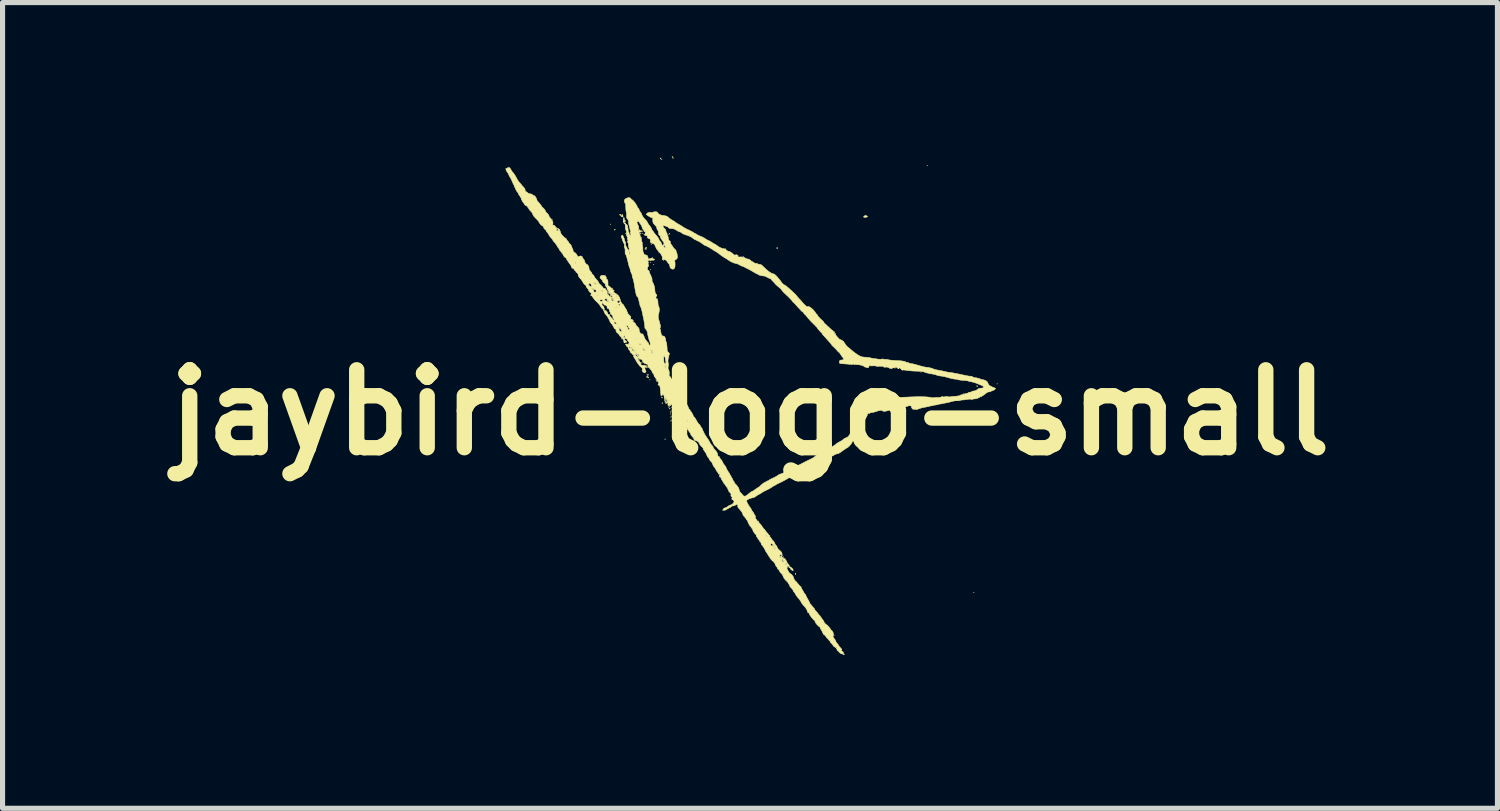
<source format=kicad_pcb>
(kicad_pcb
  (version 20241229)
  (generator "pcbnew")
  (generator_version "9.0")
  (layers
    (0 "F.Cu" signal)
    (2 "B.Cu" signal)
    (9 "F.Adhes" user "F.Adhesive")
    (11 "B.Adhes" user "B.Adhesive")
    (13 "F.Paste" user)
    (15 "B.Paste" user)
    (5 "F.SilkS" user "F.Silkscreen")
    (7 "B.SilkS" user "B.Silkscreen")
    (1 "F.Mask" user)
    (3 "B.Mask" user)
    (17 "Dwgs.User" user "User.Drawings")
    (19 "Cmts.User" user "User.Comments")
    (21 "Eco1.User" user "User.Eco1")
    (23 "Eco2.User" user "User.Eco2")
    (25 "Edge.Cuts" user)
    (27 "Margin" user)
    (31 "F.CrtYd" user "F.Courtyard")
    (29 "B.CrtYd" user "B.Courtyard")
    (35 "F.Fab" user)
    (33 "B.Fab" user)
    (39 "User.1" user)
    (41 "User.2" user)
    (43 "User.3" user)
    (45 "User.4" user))
  (footprint "jaybird-logo-small"
    (layer "F.Cu")
    (at 11.619 5.017)
    (property "Reference" "jaybird-logo-small" (at 0 0 0) (layer "F.SilkS") (effects (font (size 1.524 1.524) (thickness 0.3))))
    (attr through_hole)
    (fp_poly (pts (xy -3.675 -3.117) (xy -3.68 -3.113) (xy -3.684 -3.117) (xy -3.68 -3.122) (xy -3.675 -3.117)) (stroke (width 0.01) (type solid)) (fill yes) (layer "F.SilkS"))
    (fp_poly (pts (xy -3.145 -2.493) (xy -3.149 -2.489) (xy -3.154 -2.493) (xy -3.149 -2.497) (xy -3.145 -2.493)) (stroke (width 0.01) (type solid)) (fill yes) (layer "F.SilkS"))
    (fp_poly (pts (xy -2.912 -2.493) (xy -2.917 -2.489) (xy -2.921 -2.493) (xy -2.917 -2.497) (xy -2.912 -2.493)) (stroke (width 0.01) (type solid)) (fill yes) (layer "F.SilkS"))
    (fp_poly (pts (xy -2.903 -2.382) (xy -2.908 -2.378) (xy -2.912 -2.382) (xy -2.908 -2.386) (xy -2.903 -2.382)) (stroke (width 0.01) (type solid)) (fill yes) (layer "F.SilkS"))
    (fp_poly (pts (xy -2.754 -2.322) (xy -2.759 -2.318) (xy -2.763 -2.322) (xy -2.759 -2.326) (xy -2.754 -2.322)) (stroke (width 0.01) (type solid)) (fill yes) (layer "F.SilkS"))
    (fp_poly (pts (xy -2.726 -3.682) (xy -2.731 -3.677) (xy -2.735 -3.682) (xy -2.731 -3.686) (xy -2.726 -3.682)) (stroke (width 0.01) (type solid)) (fill yes) (layer "F.SilkS"))
    (fp_poly (pts (xy -2.428 -3.502) (xy -2.433 -3.498) (xy -2.438 -3.502) (xy -2.433 -3.506) (xy -2.428 -3.502)) (stroke (width 0.01) (type solid)) (fill yes) (layer "F.SilkS"))
    (fp_poly (pts (xy -2.391 -1.954) (xy -2.396 -1.95) (xy -2.4 -1.954) (xy -2.396 -1.958) (xy -2.391 -1.954)) (stroke (width 0.01) (type solid)) (fill yes) (layer "F.SilkS"))
    (fp_poly (pts (xy -2.363 -3.186) (xy -2.368 -3.181) (xy -2.373 -3.186) (xy -2.368 -3.19) (xy -2.363 -3.186)) (stroke (width 0.01) (type solid)) (fill yes) (layer "F.SilkS"))
    (fp_poly (pts (xy -2.354 -1.629) (xy -2.359 -1.625) (xy -2.363 -1.629) (xy -2.359 -1.633) (xy -2.354 -1.629)) (stroke (width 0.01) (type solid)) (fill yes) (layer "F.SilkS"))
    (fp_poly (pts (xy -2.279 -1.227) (xy -2.284 -1.223) (xy -2.289 -1.227) (xy -2.284 -1.232) (xy -2.279 -1.227)) (stroke (width 0.01) (type solid)) (fill yes) (layer "F.SilkS"))
    (fp_poly (pts (xy -2.121 -3.417) (xy -2.126 -3.412) (xy -2.131 -3.417) (xy -2.126 -3.421) (xy -2.121 -3.417)) (stroke (width 0.01) (type solid)) (fill yes) (layer "F.SilkS"))
    (fp_poly (pts (xy -2.112 -3.562) (xy -2.117 -3.558) (xy -2.121 -3.562) (xy -2.117 -3.566) (xy -2.112 -3.562)) (stroke (width 0.01) (type solid)) (fill yes) (layer "F.SilkS"))
    (fp_poly (pts (xy -2.112 -0.971) (xy -2.117 -0.966) (xy -2.121 -0.971) (xy -2.117 -0.975) (xy -2.112 -0.971)) (stroke (width 0.01) (type solid)) (fill yes) (layer "F.SilkS"))
    (fp_poly (pts (xy -2.103 -0.988) (xy -2.107 -0.984) (xy -2.112 -0.988) (xy -2.107 -0.992) (xy -2.103 -0.988)) (stroke (width 0.01) (type solid)) (fill yes) (layer "F.SilkS"))
    (fp_poly (pts (xy -2.093 -3.545) (xy -2.098 -3.541) (xy -2.103 -3.545) (xy -2.098 -3.549) (xy -2.093 -3.545)) (stroke (width 0.01) (type solid)) (fill yes) (layer "F.SilkS"))
    (fp_poly (pts (xy -2.093 -3.502) (xy -2.098 -3.498) (xy -2.103 -3.502) (xy -2.098 -3.506) (xy -2.093 -3.502)) (stroke (width 0.01) (type solid)) (fill yes) (layer "F.SilkS"))
    (fp_poly (pts (xy -2.065 -3.476) (xy -2.07 -3.472) (xy -2.075 -3.476) (xy -2.07 -3.481) (xy -2.065 -3.476)) (stroke (width 0.01) (type solid)) (fill yes) (layer "F.SilkS"))
    (fp_poly (pts (xy -2.047 -3.194) (xy -2.052 -3.19) (xy -2.056 -3.194) (xy -2.052 -3.199) (xy -2.047 -3.194)) (stroke (width 0.01) (type solid)) (fill yes) (layer "F.SilkS"))
    (fp_poly (pts (xy -2.028 -3.194) (xy -2.033 -3.19) (xy -2.038 -3.194) (xy -2.033 -3.199) (xy -2.028 -3.194)) (stroke (width 0.01) (type solid)) (fill yes) (layer "F.SilkS"))
    (fp_poly (pts (xy -2.01 -0.748) (xy -2.014 -0.744) (xy -2.019 -0.748) (xy -2.014 -0.753) (xy -2.01 -0.748)) (stroke (width 0.01) (type solid)) (fill yes) (layer "F.SilkS"))
    (fp_poly (pts (xy -1.954 -0.637) (xy -1.958 -0.633) (xy -1.963 -0.637) (xy -1.958 -0.641) (xy -1.954 -0.637)) (stroke (width 0.01) (type solid)) (fill yes) (layer "F.SilkS"))
    (fp_poly (pts (xy -1.945 -2.938) (xy -1.949 -2.933) (xy -1.954 -2.938) (xy -1.949 -2.942) (xy -1.945 -2.938)) (stroke (width 0.01) (type solid)) (fill yes) (layer "F.SilkS"))
    (fp_poly (pts (xy -1.945 -2.792) (xy -1.949 -2.788) (xy -1.954 -2.792) (xy -1.949 -2.797) (xy -1.945 -2.792)) (stroke (width 0.01) (type solid)) (fill yes) (layer "F.SilkS"))
    (fp_poly (pts (xy -1.917 -1.193) (xy -1.921 -1.189) (xy -1.926 -1.193) (xy -1.921 -1.197) (xy -1.917 -1.193)) (stroke (width 0.01) (type solid)) (fill yes) (layer "F.SilkS"))
    (fp_poly (pts (xy -1.879 -2.895) (xy -1.884 -2.891) (xy -1.889 -2.895) (xy -1.884 -2.899) (xy -1.879 -2.895)) (stroke (width 0.01) (type solid)) (fill yes) (layer "F.SilkS"))
    (fp_poly (pts (xy -1.833 -0.637) (xy -1.838 -0.633) (xy -1.842 -0.637) (xy -1.838 -0.641) (xy -1.833 -0.637)) (stroke (width 0.01) (type solid)) (fill yes) (layer "F.SilkS"))
    (fp_poly (pts (xy -1.721 -4.947) (xy -1.726 -4.943) (xy -1.731 -4.947) (xy -1.726 -4.952) (xy -1.721 -4.947)) (stroke (width 0.01) (type solid)) (fill yes) (layer "F.SilkS"))
    (fp_poly (pts (xy -1.684 -2.972) (xy -1.689 -2.968) (xy -1.693 -2.972) (xy -1.689 -2.976) (xy -1.684 -2.972)) (stroke (width 0.01) (type solid)) (fill yes) (layer "F.SilkS"))
    (fp_poly (pts (xy -1.665 -1.09) (xy -1.67 -1.086) (xy -1.675 -1.09) (xy -1.67 -1.095) (xy -1.665 -1.09)) (stroke (width 0.01) (type solid)) (fill yes) (layer "F.SilkS"))
    (fp_poly (pts (xy -1.665 -0.235) (xy -1.67 -0.231) (xy -1.675 -0.235) (xy -1.67 -0.239) (xy -1.665 -0.235)) (stroke (width 0.01) (type solid)) (fill yes) (layer "F.SilkS"))
    (fp_poly (pts (xy -1.647 -0.252) (xy -1.651 -0.248) (xy -1.656 -0.252) (xy -1.651 -0.257) (xy -1.647 -0.252)) (stroke (width 0.01) (type solid)) (fill yes) (layer "F.SilkS"))
    (fp_poly (pts (xy -1.647 -0.235) (xy -1.651 -0.231) (xy -1.656 -0.235) (xy -1.651 -0.239) (xy -1.647 -0.235)) (stroke (width 0.01) (type solid)) (fill yes) (layer "F.SilkS"))
    (fp_poly (pts (xy -1.638 -3.545) (xy -1.642 -3.541) (xy -1.647 -3.545) (xy -1.642 -3.549) (xy -1.638 -3.545)) (stroke (width 0.01) (type solid)) (fill yes) (layer "F.SilkS"))
    (fp_poly (pts (xy -1.582 -3.476) (xy -1.586 -3.472) (xy -1.591 -3.476) (xy -1.586 -3.481) (xy -1.582 -3.476)) (stroke (width 0.01) (type solid)) (fill yes) (layer "F.SilkS"))
    (fp_poly (pts (xy -1.582 -0.098) (xy -1.586 -0.094) (xy -1.591 -0.098) (xy -1.586 -0.103) (xy -1.582 -0.098)) (stroke (width 0.01) (type solid)) (fill yes) (layer "F.SilkS"))
    (fp_poly (pts (xy -1.554 0.03) (xy -1.558 0.034) (xy -1.563 0.03) (xy -1.558 0.026) (xy -1.554 0.03)) (stroke (width 0.01) (type solid)) (fill yes) (layer "F.SilkS"))
    (fp_poly (pts (xy -1.544 0.09) (xy -1.549 0.094) (xy -1.554 0.09) (xy -1.549 0.086) (xy -1.544 0.09)) (stroke (width 0.01) (type solid)) (fill yes) (layer "F.SilkS"))
    (fp_poly (pts (xy -1.544 0.167) (xy -1.549 0.171) (xy -1.554 0.167) (xy -1.549 0.162) (xy -1.544 0.167)) (stroke (width 0.01) (type solid)) (fill yes) (layer "F.SilkS"))
    (fp_poly (pts (xy -1.535 -0.03) (xy -1.54 -0.026) (xy -1.544 -0.03) (xy -1.54 -0.034) (xy -1.535 -0.03)) (stroke (width 0.01) (type solid)) (fill yes) (layer "F.SilkS"))
    (fp_poly (pts (xy -1.535 0.15) (xy -1.54 0.154) (xy -1.544 0.15) (xy -1.54 0.145) (xy -1.535 0.15)) (stroke (width 0.01) (type solid)) (fill yes) (layer "F.SilkS"))
    (fp_poly (pts (xy -1.526 -0.098) (xy -1.531 -0.094) (xy -1.535 -0.098) (xy -1.531 -0.103) (xy -1.526 -0.098)) (stroke (width 0.01) (type solid)) (fill yes) (layer "F.SilkS"))
    (fp_poly (pts (xy -1.526 0.073) (xy -1.531 0.077) (xy -1.535 0.073) (xy -1.531 0.068) (xy -1.526 0.073)) (stroke (width 0.01) (type solid)) (fill yes) (layer "F.SilkS"))
    (fp_poly (pts (xy -1.517 -5.007) (xy -1.521 -5.003) (xy -1.526 -5.007) (xy -1.521 -5.012) (xy -1.517 -5.007)) (stroke (width 0.01) (type solid)) (fill yes) (layer "F.SilkS"))
    (fp_poly (pts (xy -1.433 -0.492) (xy -1.437 -0.487) (xy -1.442 -0.492) (xy -1.437 -0.496) (xy -1.433 -0.492)) (stroke (width 0.01) (type solid)) (fill yes) (layer "F.SilkS"))
    (fp_poly (pts (xy -1.303 0.141) (xy -1.307 0.145) (xy -1.312 0.141) (xy -1.307 0.137) (xy -1.303 0.141)) (stroke (width 0.01) (type solid)) (fill yes) (layer "F.SilkS"))
    (fp_poly (pts (xy -0.121 -3.049) (xy -0.126 -3.045) (xy -0.13 -3.049) (xy -0.126 -3.053) (xy -0.121 -3.049)) (stroke (width 0.01) (type solid)) (fill yes) (layer "F.SilkS"))
    (fp_poly (pts (xy 0.633 2.895) (xy 0.628 2.899) (xy 0.623 2.895) (xy 0.628 2.891) (xy 0.633 2.895)) (stroke (width 0.01) (type solid)) (fill yes) (layer "F.SilkS"))
    (fp_poly (pts (xy 0.661 2.826) (xy 0.656 2.831) (xy 0.651 2.826) (xy 0.656 2.822) (xy 0.661 2.826)) (stroke (width 0.01) (type solid)) (fill yes) (layer "F.SilkS"))
    (fp_poly (pts (xy 0.744 3.032) (xy 0.74 3.036) (xy 0.735 3.032) (xy 0.74 3.027) (xy 0.744 3.032)) (stroke (width 0.01) (type solid)) (fill yes) (layer "F.SilkS"))
    (fp_poly (pts (xy 0.893 3.169) (xy 0.889 3.173) (xy 0.884 3.169) (xy 0.889 3.164) (xy 0.893 3.169)) (stroke (width 0.01) (type solid)) (fill yes) (layer "F.SilkS"))
    (fp_poly (pts (xy 1.405 4.263) (xy 1.4 4.268) (xy 1.396 4.263) (xy 1.4 4.259) (xy 1.405 4.263)) (stroke (width 0.01) (type solid)) (fill yes) (layer "F.SilkS"))
    (fp_poly (pts (xy 1.647 4.357) (xy 1.642 4.362) (xy 1.638 4.357) (xy 1.642 4.353) (xy 1.647 4.357)) (stroke (width 0.01) (type solid)) (fill yes) (layer "F.SilkS"))
    (fp_poly (pts (xy 2.949 -0.859) (xy 2.945 -0.855) (xy 2.94 -0.859) (xy 2.945 -0.864) (xy 2.949 -0.859)) (stroke (width 0.01) (type solid)) (fill yes) (layer "F.SilkS"))
    (fp_poly (pts (xy 3.349 -0.791) (xy 3.345 -0.787) (xy 3.34 -0.791) (xy 3.345 -0.795) (xy 3.349 -0.791)) (stroke (width 0.01) (type solid)) (fill yes) (layer "F.SilkS"))
    (fp_poly (pts (xy 3.47 -4.828) (xy 3.466 -4.823) (xy 3.461 -4.828) (xy 3.466 -4.832) (xy 3.47 -4.828)) (stroke (width 0.01) (type solid)) (fill yes) (layer "F.SilkS"))
    (fp_poly (pts (xy 4.187 -0.372) (xy 4.182 -0.368) (xy 4.178 -0.372) (xy 4.182 -0.376) (xy 4.187 -0.372)) (stroke (width 0.01) (type solid)) (fill yes) (layer "F.SilkS"))
    (fp_poly (pts (xy 4.382 3.519) (xy 4.378 3.524) (xy 4.373 3.519) (xy 4.378 3.515) (xy 4.382 3.519)) (stroke (width 0.01) (type solid)) (fill yes) (layer "F.SilkS"))
    (fp_poly (pts (xy 4.438 -0.517) (xy 4.433 -0.513) (xy 4.429 -0.517) (xy 4.433 -0.522) (xy 4.438 -0.517)) (stroke (width 0.01) (type solid)) (fill yes) (layer "F.SilkS"))
    (fp_poly (pts (xy 4.838 -0.56) (xy 4.833 -0.556) (xy 4.829 -0.56) (xy 4.833 -0.564) (xy 4.838 -0.56)) (stroke (width 0.01) (type solid)) (fill yes) (layer "F.SilkS"))
    (fp_poly (pts (xy -2.506 -1.451) (xy -2.505 -1.441) (xy -2.506 -1.44) (xy -2.511 -1.441) (xy -2.512 -1.445) (xy -2.509 -1.452) (xy -2.506 -1.451)) (stroke (width 0.01) (type solid)) (fill yes) (layer "F.SilkS"))
    (fp_poly (pts (xy -2.217 -1.135) (xy -2.219 -1.13) (xy -2.224 -1.129) (xy -2.231 -1.132) (xy -2.23 -1.135) (xy -2.219 -1.136) (xy -2.217 -1.135)) (stroke (width 0.01) (type solid)) (fill yes) (layer "F.SilkS"))
    (fp_poly (pts (xy -2.134 -3.508) (xy -2.132 -3.495) (xy -2.134 -3.492) (xy -2.139 -3.494) (xy -2.139 -3.503) (xy -2.137 -3.512) (xy -2.134 -3.508)) (stroke (width 0.01) (type solid)) (fill yes) (layer "F.SilkS"))
    (fp_poly (pts (xy -1.929 -3.298) (xy -1.928 -3.288) (xy -1.929 -3.287) (xy -1.935 -3.288) (xy -1.935 -3.293) (xy -1.932 -3.3) (xy -1.929 -3.298)) (stroke (width 0.01) (type solid)) (fill yes) (layer "F.SilkS"))
    (fp_poly (pts (xy -1.808 -2.221) (xy -1.807 -2.211) (xy -1.808 -2.209) (xy -1.814 -2.21) (xy -1.814 -2.215) (xy -1.811 -2.222) (xy -1.808 -2.221)) (stroke (width 0.01) (type solid)) (fill yes) (layer "F.SilkS"))
    (fp_poly (pts (xy -1.715 -0.19) (xy -1.714 -0.176) (xy -1.716 -0.173) (xy -1.72 -0.176) (xy -1.721 -0.185) (xy -1.718 -0.194) (xy -1.715 -0.19)) (stroke (width 0.01) (type solid)) (fill yes) (layer "F.SilkS"))
    (fp_poly (pts (xy -1.669 -0.262) (xy -1.667 -0.252) (xy -1.669 -0.251) (xy -1.674 -0.252) (xy -1.675 -0.257) (xy -1.671 -0.264) (xy -1.669 -0.262)) (stroke (width 0.01) (type solid)) (fill yes) (layer "F.SilkS"))
    (fp_poly (pts (xy -1.659 0.516) (xy -1.658 0.526) (xy -1.659 0.527) (xy -1.665 0.526) (xy -1.665 0.522) (xy -1.662 0.515) (xy -1.659 0.516)) (stroke (width 0.01) (type solid)) (fill yes) (layer "F.SilkS"))
    (fp_poly (pts (xy -1.575 -3.504) (xy -1.574 -3.493) (xy -1.575 -3.492) (xy -1.581 -3.493) (xy -1.582 -3.498) (xy -1.578 -3.505) (xy -1.575 -3.504)) (stroke (width 0.01) (type solid)) (fill yes) (layer "F.SilkS"))
    (fp_poly (pts (xy -1.575 -0.117) (xy -1.577 -0.112) (xy -1.582 -0.111) (xy -1.589 -0.114) (xy -1.588 -0.117) (xy -1.577 -0.118) (xy -1.575 -0.117)) (stroke (width 0.01) (type solid)) (fill yes) (layer "F.SilkS"))
    (fp_poly (pts (xy -1.557 -0.014) (xy -1.556 -0.004) (xy -1.557 -0.003) (xy -1.562 -0.004) (xy -1.563 -0.009) (xy -1.56 -0.016) (xy -1.557 -0.014)) (stroke (width 0.01) (type solid)) (fill yes) (layer "F.SilkS"))
    (fp_poly (pts (xy 0.89 3.142) (xy 0.891 3.152) (xy 0.89 3.153) (xy 0.885 3.152) (xy 0.884 3.147) (xy 0.887 3.14) (xy 0.89 3.142)) (stroke (width 0.01) (type solid)) (fill yes) (layer "F.SilkS"))
    (fp_poly (pts (xy 4.454 -0.519) (xy 4.455 -0.509) (xy 4.454 -0.507) (xy 4.448 -0.509) (xy 4.447 -0.513) (xy 4.451 -0.52) (xy 4.454 -0.519)) (stroke (width 0.01) (type solid)) (fill yes) (layer "F.SilkS"))
    (fp_poly (pts (xy -2.728 -2.314) (xy -2.718 -2.306) (xy -2.717 -2.304) (xy -2.721 -2.301) (xy -2.73 -2.309) (xy -2.732 -2.31) (xy -2.733 -2.316) (xy -2.728 -2.314)) (stroke (width 0.01) (type solid)) (fill yes) (layer "F.SilkS"))
    (fp_poly (pts (xy -2.689 -2.226) (xy -2.686 -2.22) (xy -2.683 -2.208) (xy -2.69 -2.21) (xy -2.694 -2.216) (xy -2.697 -2.227) (xy -2.696 -2.229) (xy -2.689 -2.226)) (stroke (width 0.01) (type solid)) (fill yes) (layer "F.SilkS"))
    (fp_poly (pts (xy -1.986 -0.735) (xy -1.996 -0.728) (xy -2.007 -0.727) (xy -2.01 -0.73) (xy -2.002 -0.736) (xy -1.995 -0.739) (xy -1.986 -0.739) (xy -1.986 -0.735)) (stroke (width 0.01) (type solid)) (fill yes) (layer "F.SilkS"))
    (fp_poly (pts (xy -1.722 -0.302) (xy -1.718 -0.295) (xy -1.716 -0.283) (xy -1.722 -0.286) (xy -1.726 -0.291) (xy -1.729 -0.303) (xy -1.728 -0.305) (xy -1.722 -0.302)) (stroke (width 0.01) (type solid)) (fill yes) (layer "F.SilkS"))
    (fp_poly (pts (xy -1.508 -4.988) (xy -1.504 -4.982) (xy -1.502 -4.97) (xy -1.508 -4.972) (xy -1.512 -4.978) (xy -1.515 -4.989) (xy -1.514 -4.991) (xy -1.508 -4.988)) (stroke (width 0.01) (type solid)) (fill yes) (layer "F.SilkS"))
    (fp_poly (pts (xy -2.636 -3.578) (xy -2.638 -3.575) (xy -2.646 -3.567) (xy -2.648 -3.566) (xy -2.652 -3.573) (xy -2.652 -3.575) (xy -2.644 -3.583) (xy -2.642 -3.583) (xy -2.636 -3.578)) (stroke (width 0.01) (type solid)) (fill yes) (layer "F.SilkS"))
    (fp_poly (pts (xy -2.53 -3.874) (xy -2.523 -3.869) (xy -2.517 -3.86) (xy -2.527 -3.857) (xy -2.53 -3.857) (xy -2.546 -3.86) (xy -2.549 -3.865) (xy -2.544 -3.876) (xy -2.53 -3.874)) (stroke (width 0.01) (type solid)) (fill yes) (layer "F.SilkS"))
    (fp_poly (pts (xy -2.026 -3.227) (xy -2.022 -3.219) (xy -2.031 -3.21) (xy -2.043 -3.207) (xy -2.052 -3.209) (xy -2.046 -3.218) (xy -2.045 -3.219) (xy -2.032 -3.227) (xy -2.026 -3.227)) (stroke (width 0.01) (type solid)) (fill yes) (layer "F.SilkS"))
    (fp_poly (pts (xy -2.01 -0.891) (xy -2.01 -0.885) (xy -2.015 -0.874) (xy -2.019 -0.872) (xy -2.024 -0.879) (xy -2.022 -0.885) (xy -2.016 -0.896) (xy -2.013 -0.898) (xy -2.01 -0.891)) (stroke (width 0.01) (type solid)) (fill yes) (layer "F.SilkS"))
    (fp_poly (pts (xy -1.74 -4.971) (xy -1.74 -4.969) (xy -1.747 -4.961) (xy -1.75 -4.96) (xy -1.755 -4.966) (xy -1.754 -4.969) (xy -1.745 -4.977) (xy -1.744 -4.977) (xy -1.74 -4.971)) (stroke (width 0.01) (type solid)) (fill yes) (layer "F.SilkS"))
    (fp_poly (pts (xy -1.651 -0.216) (xy -1.653 -0.21) (xy -1.659 -0.198) (xy -1.662 -0.197) (xy -1.665 -0.204) (xy -1.665 -0.21) (xy -1.661 -0.221) (xy -1.656 -0.222) (xy -1.651 -0.216)) (stroke (width 0.01) (type solid)) (fill yes) (layer "F.SilkS"))
    (fp_poly (pts (xy -1.563 -0.079) (xy -1.563 -0.077) (xy -1.57 -0.069) (xy -1.573 -0.068) (xy -1.578 -0.074) (xy -1.577 -0.077) (xy -1.569 -0.085) (xy -1.567 -0.086) (xy -1.563 -0.079)) (stroke (width 0.01) (type solid)) (fill yes) (layer "F.SilkS"))
    (fp_poly (pts (xy 0.539 -3.218) (xy 0.54 -3.216) (xy 0.533 -3.207) (xy 0.53 -3.207) (xy 0.521 -3.214) (xy 0.521 -3.216) (xy 0.528 -3.224) (xy 0.53 -3.224) (xy 0.539 -3.218)) (stroke (width 0.01) (type solid)) (fill yes) (layer "F.SilkS"))
    (fp_poly (pts (xy 2.279 -3.848) (xy 2.296 -3.836) (xy 2.294 -3.826) (xy 2.277 -3.819) (xy 2.246 -3.816) (xy 2.226 -3.819) (xy 2.221 -3.828) (xy 2.221 -3.829) (xy 2.237 -3.846) (xy 2.261 -3.852) (xy 2.279 -3.848)) (stroke (width 0.01) (type solid)) (fill yes) (layer "F.SilkS"))
    (fp_poly (pts (xy -1.994 -0.697) (xy -1.983 -0.683) (xy -1.987 -0.676) (xy -1.991 -0.676) (xy -2 -0.682) (xy -2 -0.684) (xy -2.008 -0.691) (xy -2.017 -0.693) (xy -2.027 -0.694) (xy -2.02 -0.7) (xy -2.02 -0.701) (xy -2.002 -0.702) (xy -1.994 -0.697)) (stroke (width 0.01) (type solid)) (fill yes) (layer "F.SilkS"))
    (fp_poly (pts (xy -2.492 -3.869) (xy -2.487 -3.861) (xy -2.488 -3.859) (xy -2.488 -3.849) (xy -2.485 -3.841) (xy -2.483 -3.829) (xy -2.493 -3.825) (xy -2.509 -3.829) (xy -2.521 -3.838) (xy -2.529 -3.848) (xy -2.522 -3.848) (xy -2.515 -3.847) (xy -2.5 -3.846) (xy -2.498 -3.856) (xy -2.498 -3.858) (xy -2.498 -3.869) (xy -2.492 -3.869)) (stroke (width 0.01) (type solid)) (fill yes) (layer "F.SilkS"))
    (fp_poly (pts (xy -2.465 -3.81) (xy -2.459 -3.798) (xy -2.46 -3.792) (xy -2.462 -3.777) (xy -2.459 -3.765) (xy -2.452 -3.759) (xy -2.447 -3.763) (xy -2.443 -3.762) (xy -2.441 -3.748) (xy -2.441 -3.746) (xy -2.442 -3.729) (xy -2.448 -3.727) (xy -2.453 -3.73) (xy -2.467 -3.736) (xy -2.472 -3.734) (xy -2.471 -3.729) (xy -2.467 -3.729) (xy -2.457 -3.723) (xy -2.456 -3.72) (xy -2.461 -3.712) (xy -2.471 -3.715) (xy -2.479 -3.726) (xy -2.48 -3.74) (xy -2.475 -3.744) (xy -2.466 -3.753) (xy -2.466 -3.756) (xy -2.471 -3.76) (xy -2.475 -3.759) (xy -2.481 -3.761) (xy -2.48 -3.773) (xy -2.477 -3.794) (xy -2.476 -3.804) (xy -2.469 -3.811) (xy -2.465 -3.81)) (stroke (width 0.01) (type solid)) (fill yes) (layer "F.SilkS"))
    (fp_poly (pts (xy -4.698 -4.782) (xy -4.682 -4.761) (xy -4.672 -4.741) (xy -4.656 -4.715) (xy -4.638 -4.695) (xy -4.624 -4.679) (xy -4.606 -4.652) (xy -4.585 -4.619) (xy -4.576 -4.602) (xy -4.557 -4.567) (xy -4.543 -4.543) (xy -4.532 -4.526) (xy -4.522 -4.512) (xy -4.509 -4.498) (xy -4.501 -4.489) (xy -4.481 -4.467) (xy -4.466 -4.447) (xy -4.45 -4.428) (xy -4.429 -4.406) (xy -4.426 -4.403) (xy -4.41 -4.383) (xy -4.401 -4.365) (xy -4.401 -4.362) (xy -4.397 -4.339) (xy -4.389 -4.323) (xy -4.381 -4.319) (xy -4.369 -4.313) (xy -4.352 -4.299) (xy -4.35 -4.297) (xy -4.321 -4.279) (xy -4.3 -4.276) (xy -4.28 -4.274) (xy -4.271 -4.268) (xy -4.271 -4.268) (xy -4.263 -4.26) (xy -4.257 -4.259) (xy -4.244 -4.254) (xy -4.243 -4.25) (xy -4.235 -4.243) (xy -4.225 -4.242) (xy -4.21 -4.234) (xy -4.194 -4.214) (xy -4.178 -4.184) (xy -4.166 -4.15) (xy -4.165 -4.146) (xy -4.157 -4.129) (xy -4.15 -4.122) (xy -4.14 -4.116) (xy -4.125 -4.099) (xy -4.115 -4.086) (xy -4.098 -4.064) (xy -4.085 -4.047) (xy -4.08 -4.043) (xy -4.076 -4.037) (xy -4.079 -4.037) (xy -4.079 -4.032) (xy -4.067 -4.019) (xy -4.06 -4.013) (xy -4.037 -3.992) (xy -4.018 -3.97) (xy -4.005 -3.951) (xy -4.002 -3.939) (xy -4.003 -3.938) (xy -4 -3.93) (xy -3.986 -3.913) (xy -3.968 -3.895) (xy -3.947 -3.872) (xy -3.934 -3.853) (xy -3.932 -3.844) (xy -3.929 -3.831) (xy -3.916 -3.814) (xy -3.913 -3.811) (xy -3.897 -3.795) (xy -3.889 -3.782) (xy -3.889 -3.781) (xy -3.882 -3.774) (xy -3.879 -3.774) (xy -3.867 -3.769) (xy -3.863 -3.764) (xy -3.864 -3.756) (xy -3.87 -3.759) (xy -3.878 -3.759) (xy -3.878 -3.749) (xy -3.87 -3.737) (xy -3.863 -3.735) (xy -3.856 -3.729) (xy -3.854 -3.708) (xy -3.854 -3.704) (xy -3.857 -3.684) (xy -3.863 -3.675) (xy -3.865 -3.675) (xy -3.869 -3.674) (xy -3.867 -3.67) (xy -3.855 -3.664) (xy -3.851 -3.665) (xy -3.838 -3.664) (xy -3.822 -3.654) (xy -3.809 -3.64) (xy -3.805 -3.63) (xy -3.798 -3.62) (xy -3.787 -3.615) (xy -3.771 -3.604) (xy -3.768 -3.592) (xy -3.772 -3.58) (xy -3.777 -3.579) (xy -3.785 -3.576) (xy -3.787 -3.567) (xy -3.781 -3.553) (xy -3.774 -3.549) (xy -3.76 -3.556) (xy -3.752 -3.571) (xy -3.754 -3.584) (xy -3.753 -3.594) (xy -3.75 -3.596) (xy -3.742 -3.594) (xy -3.74 -3.588) (xy -3.736 -3.579) (xy -3.729 -3.58) (xy -3.723 -3.581) (xy -3.725 -3.577) (xy -3.725 -3.565) (xy -3.723 -3.563) (xy -3.715 -3.552) (xy -3.709 -3.531) (xy -3.708 -3.526) (xy -3.696 -3.496) (xy -3.67 -3.462) (xy -3.655 -3.447) (xy -3.631 -3.424) (xy -3.612 -3.408) (xy -3.6 -3.402) (xy -3.599 -3.402) (xy -3.592 -3.397) (xy -3.591 -3.392) (xy -3.585 -3.375) (xy -3.58 -3.368) (xy -3.565 -3.352) (xy -3.554 -3.34) (xy -3.545 -3.329) (xy -3.548 -3.327) (xy -3.554 -3.33) (xy -3.556 -3.329) (xy -3.546 -3.319) (xy -3.534 -3.308) (xy -3.512 -3.286) (xy -3.496 -3.263) (xy -3.493 -3.254) (xy -3.483 -3.227) (xy -3.474 -3.208) (xy -3.464 -3.185) (xy -3.461 -3.169) (xy -3.454 -3.144) (xy -3.434 -3.129) (xy -3.427 -3.127) (xy -3.411 -3.115) (xy -3.393 -3.093) (xy -3.387 -3.083) (xy -3.375 -3.059) (xy -3.366 -3.048) (xy -3.356 -3.047) (xy -3.342 -3.054) (xy -3.341 -3.054) (xy -3.318 -3.061) (xy -3.295 -3.056) (xy -3.28 -3.044) (xy -3.278 -3.035) (xy -3.27 -3.017) (xy -3.254 -2.996) (xy -3.252 -2.993) (xy -3.236 -2.973) (xy -3.233 -2.957) (xy -3.234 -2.957) (xy -3.232 -2.941) (xy -3.221 -2.926) (xy -3.209 -2.912) (xy -3.208 -2.904) (xy -3.205 -2.9) (xy -3.198 -2.899) (xy -3.18 -2.891) (xy -3.164 -2.871) (xy -3.153 -2.843) (xy -3.15 -2.83) (xy -3.148 -2.809) (xy -3.146 -2.796) (xy -3.146 -2.796) (xy -3.14 -2.786) (xy -3.126 -2.769) (xy -3.117 -2.758) (xy -3.1 -2.735) (xy -3.09 -2.715) (xy -3.089 -2.708) (xy -3.087 -2.697) (xy -3.083 -2.696) (xy -3.073 -2.696) (xy -3.06 -2.684) (xy -3.049 -2.665) (xy -3.046 -2.656) (xy -3.037 -2.637) (xy -3.027 -2.628) (xy -3.016 -2.618) (xy -3.015 -2.614) (xy -3.007 -2.602) (xy -2.996 -2.593) (xy -2.983 -2.582) (xy -2.982 -2.574) (xy -2.98 -2.564) (xy -2.973 -2.56) (xy -2.963 -2.553) (xy -2.959 -2.541) (xy -2.959 -2.527) (xy -2.954 -2.518) (xy -2.949 -2.519) (xy -2.941 -2.518) (xy -2.94 -2.515) (xy -2.934 -2.504) (xy -2.918 -2.487) (xy -2.903 -2.473) (xy -2.884 -2.454) (xy -2.873 -2.44) (xy -2.872 -2.434) (xy -2.869 -2.43) (xy -2.853 -2.429) (xy -2.833 -2.425) (xy -2.828 -2.416) (xy -2.823 -2.405) (xy -2.819 -2.403) (xy -2.813 -2.398) (xy -2.814 -2.395) (xy -2.814 -2.387) (xy -2.81 -2.386) (xy -2.798 -2.379) (xy -2.791 -2.362) (xy -2.79 -2.345) (xy -2.793 -2.337) (xy -2.796 -2.326) (xy -2.782 -2.311) (xy -2.778 -2.308) (xy -2.762 -2.293) (xy -2.754 -2.281) (xy -2.754 -2.28) (xy -2.746 -2.272) (xy -2.734 -2.269) (xy -2.713 -2.263) (xy -2.704 -2.257) (xy -2.7 -2.25) (xy -2.711 -2.252) (xy -2.712 -2.252) (xy -2.725 -2.256) (xy -2.722 -2.252) (xy -2.714 -2.246) (xy -2.703 -2.234) (xy -2.707 -2.228) (xy -2.713 -2.218) (xy -2.708 -2.211) (xy -2.702 -2.199) (xy -2.704 -2.196) (xy -2.701 -2.189) (xy -2.69 -2.181) (xy -2.676 -2.176) (xy -2.675 -2.181) (xy -2.676 -2.184) (xy -2.675 -2.198) (xy -2.671 -2.202) (xy -2.669 -2.212) (xy -2.678 -2.224) (xy -2.69 -2.245) (xy -2.624 -2.245) (xy -2.619 -2.241) (xy -2.614 -2.245) (xy -2.619 -2.249) (xy -2.624 -2.245) (xy -2.69 -2.245) (xy -2.691 -2.248) (xy -2.691 -2.26) (xy -2.62 -2.26) (xy -2.611 -2.258) (xy -2.598 -2.26) (xy -2.598 -2.263) (xy -2.611 -2.265) (xy -2.616 -2.264) (xy -2.62 -2.26) (xy -2.691 -2.26) (xy -2.691 -2.262) (xy -2.691 -2.278) (xy -2.693 -2.279) (xy -2.624 -2.279) (xy -2.619 -2.275) (xy -2.614 -2.279) (xy -2.619 -2.283) (xy -2.624 -2.279) (xy -2.693 -2.279) (xy -2.701 -2.284) (xy -2.726 -2.284) (xy -2.726 -2.284) (xy -2.731 -2.287) (xy -2.72 -2.294) (xy -2.707 -2.303) (xy -2.708 -2.311) (xy -2.712 -2.315) (xy -2.686 -2.315) (xy -2.684 -2.31) (xy -2.68 -2.309) (xy -2.672 -2.312) (xy -2.673 -2.315) (xy -2.684 -2.316) (xy -2.686 -2.315) (xy -2.712 -2.315) (xy -2.715 -2.318) (xy -2.73 -2.328) (xy -2.737 -2.332) (xy -2.74 -2.332) (xy -2.686 -2.332) (xy -2.684 -2.327) (xy -2.68 -2.326) (xy -2.672 -2.329) (xy -2.673 -2.332) (xy -2.684 -2.333) (xy -2.686 -2.332) (xy -2.74 -2.332) (xy -2.752 -2.333) (xy -2.761 -2.334) (xy -2.77 -2.337) (xy -2.766 -2.34) (xy -2.759 -2.349) (xy -2.763 -2.36) (xy -2.768 -2.375) (xy -2.768 -2.381) (xy -2.768 -2.383) (xy -2.769 -2.382) (xy -2.777 -2.385) (xy -2.787 -2.398) (xy -2.795 -2.416) (xy -2.797 -2.431) (xy -2.796 -2.435) (xy -2.797 -2.445) (xy -2.8 -2.446) (xy -2.811 -2.453) (xy -2.814 -2.459) (xy -2.81 -2.459) (xy -2.805 -2.454) (xy -2.801 -2.459) (xy -2.805 -2.463) (xy -2.81 -2.459) (xy -2.814 -2.459) (xy -2.822 -2.47) (xy -2.83 -2.491) (xy -2.83 -2.493) (xy -2.819 -2.493) (xy -2.814 -2.489) (xy -2.81 -2.493) (xy -2.814 -2.497) (xy -2.819 -2.493) (xy -2.83 -2.493) (xy -2.832 -2.508) (xy -2.832 -2.511) (xy -2.833 -2.521) (xy -2.838 -2.523) (xy -2.853 -2.53) (xy -2.87 -2.545) (xy -2.882 -2.563) (xy -2.884 -2.572) (xy -2.89 -2.585) (xy -2.906 -2.604) (xy -2.912 -2.61) (xy -2.929 -2.627) (xy -2.935 -2.64) (xy -2.931 -2.654) (xy -2.928 -2.658) (xy -2.918 -2.673) (xy -2.901 -2.68) (xy -2.877 -2.682) (xy -2.849 -2.679) (xy -2.83 -2.673) (xy -2.827 -2.671) (xy -2.821 -2.662) (xy -2.823 -2.66) (xy -2.823 -2.655) (xy -2.814 -2.646) (xy -2.805 -2.634) (xy -2.81 -2.625) (xy -2.811 -2.624) (xy -2.819 -2.617) (xy -2.81 -2.609) (xy -2.793 -2.6) (xy -2.787 -2.597) (xy -2.783 -2.588) (xy -2.779 -2.566) (xy -2.778 -2.536) (xy -2.778 -2.533) (xy -2.778 -2.501) (xy -2.775 -2.483) (xy -2.77 -2.473) (xy -2.761 -2.47) (xy -2.759 -2.47) (xy -2.741 -2.461) (xy -2.73 -2.448) (xy -2.72 -2.436) (xy -2.714 -2.435) (xy -2.708 -2.433) (xy -2.707 -2.428) (xy -2.705 -2.421) (xy -2.698 -2.428) (xy -2.698 -2.429) (xy -2.692 -2.434) (xy -2.693 -2.424) (xy -2.695 -2.417) (xy -2.697 -2.4) (xy -2.692 -2.397) (xy -2.69 -2.398) (xy -2.676 -2.398) (xy -2.665 -2.391) (xy -2.657 -2.379) (xy -2.661 -2.373) (xy -2.67 -2.362) (xy -2.667 -2.349) (xy -2.656 -2.343) (xy -2.644 -2.339) (xy -2.642 -2.335) (xy -2.635 -2.327) (xy -2.628 -2.326) (xy -2.616 -2.322) (xy -2.614 -2.319) (xy -2.607 -2.31) (xy -2.591 -2.301) (xy -2.576 -2.286) (xy -2.559 -2.26) (xy -2.546 -2.229) (xy -2.537 -2.198) (xy -2.536 -2.19) (xy -2.531 -2.174) (xy -2.519 -2.153) (xy -2.505 -2.132) (xy -2.491 -2.117) (xy -2.483 -2.112) (xy -2.475 -2.106) (xy -2.475 -2.104) (xy -2.47 -2.093) (xy -2.458 -2.072) (xy -2.441 -2.045) (xy -2.437 -2.039) (xy -2.417 -2.006) (xy -2.406 -1.981) (xy -2.404 -1.966) (xy -2.4 -1.949) (xy -2.381 -1.925) (xy -2.367 -1.911) (xy -2.345 -1.889) (xy -2.333 -1.873) (xy -2.331 -1.858) (xy -2.332 -1.847) (xy -2.334 -1.829) (xy -2.329 -1.823) (xy -2.322 -1.823) (xy -2.305 -1.818) (xy -2.29 -1.805) (xy -2.281 -1.79) (xy -2.281 -1.788) (xy -2.291 -1.795) (xy -2.304 -1.801) (xy -2.307 -1.798) (xy -2.301 -1.789) (xy -2.284 -1.773) (xy -2.27 -1.763) (xy -2.249 -1.744) (xy -2.235 -1.727) (xy -2.233 -1.719) (xy -2.227 -1.704) (xy -2.21 -1.684) (xy -2.2 -1.675) (xy -2.178 -1.653) (xy -2.169 -1.633) (xy -2.169 -1.621) (xy -2.166 -1.593) (xy -2.155 -1.567) (xy -2.139 -1.546) (xy -2.12 -1.534) (xy -2.102 -1.535) (xy -2.102 -1.536) (xy -2.095 -1.536) (xy -2.095 -1.534) (xy -2.092 -1.522) (xy -2.081 -1.504) (xy -2.08 -1.503) (xy -2.068 -1.474) (xy -2.069 -1.456) (xy -2.072 -1.442) (xy -2.069 -1.442) (xy -2.066 -1.445) (xy -2.058 -1.453) (xy -2.056 -1.446) (xy -2.056 -1.444) (xy -2.049 -1.427) (xy -2.04 -1.418) (xy -2.024 -1.402) (xy -2.01 -1.383) (xy -1.999 -1.367) (xy -1.989 -1.36) (xy -1.989 -1.36) (xy -1.984 -1.355) (xy -1.985 -1.353) (xy -1.984 -1.341) (xy -1.975 -1.325) (xy -1.96 -1.305) (xy -1.952 -1.329) (xy -1.952 -1.362) (xy -1.958 -1.376) (xy -1.966 -1.397) (xy -1.977 -1.43) (xy -1.987 -1.469) (xy -1.997 -1.51) (xy -2.004 -1.546) (xy -2.004 -1.549) (xy -2.012 -1.584) (xy -2.023 -1.61) (xy -2.041 -1.632) (xy -2.054 -1.646) (xy -2.058 -1.653) (xy -2.058 -1.653) (xy -2.056 -1.662) (xy -2.058 -1.685) (xy -2.061 -1.717) (xy -2.067 -1.754) (xy -2.074 -1.794) (xy -2.081 -1.833) (xy -2.083 -1.843) (xy -2.09 -1.872) (xy -2.098 -1.911) (xy -2.106 -1.951) (xy -2.108 -1.958) (xy -2.116 -1.995) (xy -2.126 -2.03) (xy -2.135 -2.056) (xy -2.137 -2.06) (xy -2.147 -2.082) (xy -2.153 -2.098) (xy -2.153 -2.1) (xy -2.156 -2.113) (xy -2.162 -2.135) (xy -2.162 -2.137) (xy -2.168 -2.162) (xy -2.173 -2.184) (xy -2.181 -2.22) (xy -2.191 -2.248) (xy -2.2 -2.264) (xy -2.205 -2.266) (xy -2.214 -2.274) (xy -2.219 -2.288) (xy -1.842 -2.288) (xy -1.838 -2.283) (xy -1.833 -2.288) (xy -1.838 -2.292) (xy -1.842 -2.288) (xy -2.219 -2.288) (xy -2.223 -2.297) (xy -2.233 -2.333) (xy -2.243 -2.379) (xy -2.252 -2.434) (xy -2.257 -2.463) (xy -2.264 -2.51) (xy -2.273 -2.555) (xy -2.282 -2.594) (xy -2.29 -2.619) (xy -2.3 -2.646) (xy -2.305 -2.669) (xy -2.305 -2.679) (xy -2.307 -2.693) (xy -2.315 -2.714) (xy -2.32 -2.723) (xy -2.333 -2.752) (xy -2.341 -2.781) (xy -2.342 -2.786) (xy -2.346 -2.809) (xy -2.353 -2.825) (xy -2.354 -2.826) (xy -2.359 -2.838) (xy -2.367 -2.863) (xy -2.375 -2.896) (xy -2.381 -2.921) (xy -2.391 -2.963) (xy -2.019 -2.963) (xy -2.014 -2.959) (xy -2.01 -2.963) (xy -2.014 -2.968) (xy -2.019 -2.963) (xy -2.391 -2.963) (xy -2.396 -2.984) (xy -2.41 -3.035) (xy -2.422 -3.07) (xy -2.431 -3.091) (xy -2.437 -3.096) (xy -2.441 -3.104) (xy -2.443 -3.124) (xy -2.443 -3.14) (xy -2.367 -3.14) (xy -2.366 -3.123) (xy -2.358 -3.101) (xy -2.351 -3.091) (xy -2.346 -3.096) (xy -2.346 -3.11) (xy -2.349 -3.126) (xy -2.355 -3.142) (xy -2.362 -3.147) (xy -2.367 -3.14) (xy -2.443 -3.14) (xy -2.443 -3.149) (xy -2.443 -3.179) (xy -2.446 -3.202) (xy -2.449 -3.212) (xy -2.455 -3.226) (xy -2.459 -3.246) (xy -2.46 -3.264) (xy -2.457 -3.275) (xy -2.456 -3.275) (xy -2.456 -3.282) (xy -2.463 -3.3) (xy -2.471 -3.316) (xy -2.485 -3.345) (xy -2.496 -3.374) (xy -2.499 -3.385) (xy -2.505 -3.405) (xy -2.513 -3.417) (xy -2.513 -3.417) (xy -2.521 -3.43) (xy -2.515 -3.451) (xy -2.508 -3.46) (xy -2.499 -3.469) (xy -2.493 -3.468) (xy -2.484 -3.453) (xy -2.479 -3.442) (xy -2.469 -3.419) (xy -2.462 -3.403) (xy -2.461 -3.399) (xy -2.453 -3.368) (xy -2.444 -3.343) (xy -2.438 -3.331) (xy -2.434 -3.318) (xy -2.432 -3.295) (xy -2.433 -3.287) (xy -2.431 -3.259) (xy -2.423 -3.246) (xy -2.422 -3.246) (xy -2.412 -3.235) (xy -2.41 -3.226) (xy -2.404 -3.208) (xy -2.391 -3.188) (xy -2.379 -3.172) (xy -2.375 -3.163) (xy -2.375 -3.163) (xy -2.372 -3.166) (xy -2.366 -3.172) (xy -2.36 -3.187) (xy -2.365 -3.206) (xy -2.373 -3.234) (xy -2.379 -3.273) (xy -2.381 -3.308) (xy -2.385 -3.321) (xy -2.391 -3.323) (xy -2.396 -3.326) (xy -2.395 -3.338) (xy -2.391 -3.354) (xy -2.387 -3.36) (xy -2.388 -3.371) (xy -2.391 -3.374) (xy -2.396 -3.385) (xy -2.397 -3.405) (xy -2.397 -3.406) (xy -2.398 -3.429) (xy -2.406 -3.444) (xy -2.414 -3.46) (xy -2.414 -3.461) (xy -2.408 -3.461) (xy -2.406 -3.456) (xy -2.397 -3.447) (xy -2.391 -3.449) (xy -2.391 -3.45) (xy -2.398 -3.458) (xy -2.402 -3.46) (xy -2.408 -3.461) (xy -2.414 -3.461) (xy -2.418 -3.485) (xy -2.419 -3.496) (xy -2.419 -3.531) (xy -2.42 -3.552) (xy -2.422 -3.562) (xy -2.425 -3.564) (xy -2.427 -3.563) (xy -2.431 -3.568) (xy -2.436 -3.587) (xy -2.439 -3.616) (xy -2.441 -3.651) (xy -2.442 -3.666) (xy -2.443 -3.688) (xy -2.447 -3.696) (xy -2.455 -3.692) (xy -2.455 -3.692) (xy -2.465 -3.686) (xy -2.464 -3.694) (xy -2.464 -3.695) (xy -2.454 -3.706) (xy -2.441 -3.706) (xy -2.434 -3.695) (xy -2.434 -3.692) (xy -2.431 -3.681) (xy -2.422 -3.681) (xy -2.413 -3.681) (xy -2.414 -3.678) (xy -2.412 -3.669) (xy -2.408 -3.667) (xy -2.398 -3.657) (xy -2.394 -3.647) (xy -2.391 -3.625) (xy -2.387 -3.595) (xy -2.382 -3.563) (xy -2.38 -3.54) (xy -2.379 -3.538) (xy -2.374 -3.526) (xy -2.37 -3.524) (xy -2.365 -3.517) (xy -2.366 -3.513) (xy -2.365 -3.498) (xy -2.357 -3.478) (xy -2.356 -3.477) (xy -2.345 -3.462) (xy -2.337 -3.461) (xy -2.335 -3.464) (xy -2.332 -3.48) (xy -2.336 -3.496) (xy -2.343 -3.515) (xy -2.343 -3.522) (xy -2.336 -3.52) (xy -2.332 -3.523) (xy -2.335 -3.539) (xy -2.336 -3.543) (xy -2.344 -3.569) (xy -2.349 -3.592) (xy -2.362 -3.649) (xy -2.369 -3.672) (xy -2.373 -3.693) (xy -2.374 -3.72) (xy -2.374 -3.723) (xy -2.374 -3.724) (xy -2.211 -3.724) (xy -2.21 -3.709) (xy -2.202 -3.687) (xy -2.197 -3.678) (xy -2.181 -3.642) (xy -2.175 -3.61) (xy -2.178 -3.585) (xy -2.184 -3.576) (xy -2.192 -3.564) (xy -2.191 -3.559) (xy -2.181 -3.56) (xy -2.175 -3.565) (xy -2.161 -3.574) (xy -2.154 -3.573) (xy -2.158 -3.563) (xy -2.16 -3.561) (xy -2.167 -3.551) (xy -2.16 -3.55) (xy -2.152 -3.553) (xy -2.134 -3.554) (xy -2.126 -3.549) (xy -2.122 -3.539) (xy -2.132 -3.533) (xy -2.15 -3.529) (xy -2.166 -3.525) (xy -2.17 -3.521) (xy -2.168 -3.508) (xy -2.168 -3.502) (xy -2.163 -3.493) (xy -2.158 -3.494) (xy -2.151 -3.493) (xy -2.153 -3.483) (xy -2.154 -3.466) (xy -2.149 -3.459) (xy -2.144 -3.451) (xy -2.151 -3.446) (xy -2.157 -3.44) (xy -2.147 -3.438) (xy -2.136 -3.433) (xy -2.136 -3.426) (xy -2.135 -3.412) (xy -2.131 -3.408) (xy -2.125 -3.397) (xy -2.121 -3.376) (xy -2.121 -3.369) (xy -2.12 -3.348) (xy -2.115 -3.336) (xy -2.113 -3.335) (xy -2.109 -3.328) (xy -2.107 -3.308) (xy -2.107 -3.289) (xy -2.106 -3.264) (xy -2.104 -3.249) (xy -2.101 -3.246) (xy -2.098 -3.241) (xy -2.097 -3.223) (xy -2.097 -3.203) (xy -2.096 -3.169) (xy -2.091 -3.141) (xy -2.087 -3.133) (xy -2.078 -3.113) (xy -2.075 -3.099) (xy -2.071 -3.09) (xy -2.067 -3.091) (xy -2.055 -3.089) (xy -2.047 -3.083) (xy -2.032 -3.075) (xy -2.023 -3.076) (xy -2.012 -3.074) (xy -2.01 -3.063) (xy -2.006 -3.048) (xy -2.001 -3.045) (xy -1.995 -3.038) (xy -1.995 -3.029) (xy -1.994 -3.009) (xy -1.99 -3.001) (xy -1.984 -2.994) (xy -1.982 -3) (xy -1.977 -3.007) (xy -1.973 -3.006) (xy -1.959 -3.006) (xy -1.938 -3.013) (xy -1.935 -3.015) (xy -1.914 -3.023) (xy -1.901 -3.024) (xy -1.9 -3.024) (xy -1.902 -3.019) (xy -1.906 -3.019) (xy -1.913 -3.014) (xy -1.912 -3.01) (xy -1.899 -3.004) (xy -1.895 -3.004) (xy -1.88 -3.002) (xy -1.873 -2.997) (xy -1.867 -2.987) (xy -1.878 -2.981) (xy -1.88 -2.98) (xy -1.898 -2.978) (xy -1.904 -2.979) (xy -1.916 -2.98) (xy -1.931 -2.976) (xy -1.949 -2.972) (xy -1.958 -2.974) (xy -1.969 -2.98) (xy -1.982 -2.981) (xy -1.987 -2.978) (xy -1.986 -2.976) (xy -1.989 -2.967) (xy -1.993 -2.965) (xy -1.999 -2.958) (xy -1.996 -2.953) (xy -1.987 -2.937) (xy -1.991 -2.916) (xy -1.994 -2.91) (xy -1.996 -2.901) (xy -1.993 -2.899) (xy -1.987 -2.892) (xy -1.985 -2.874) (xy -1.985 -2.873) (xy -1.988 -2.856) (xy -1.995 -2.851) (xy -1.995 -2.851) (xy -2.002 -2.845) (xy -2.005 -2.826) (xy -2.006 -2.817) (xy -2.004 -2.792) (xy -1.996 -2.78) (xy -1.981 -2.778) (xy -1.981 -2.778) (xy -1.976 -2.771) (xy -1.97 -2.752) (xy -1.969 -2.744) (xy -1.961 -2.719) (xy -1.951 -2.699) (xy -1.948 -2.696) (xy -1.939 -2.681) (xy -1.939 -2.671) (xy -1.939 -2.661) (xy -1.936 -2.66) (xy -1.928 -2.652) (xy -1.921 -2.633) (xy -1.916 -2.608) (xy -1.916 -2.583) (xy -1.916 -2.58) (xy -1.912 -2.556) (xy -1.902 -2.54) (xy -1.89 -2.52) (xy -1.878 -2.488) (xy -1.868 -2.45) (xy -1.862 -2.412) (xy -1.861 -2.389) (xy -1.858 -2.359) (xy -1.851 -2.333) (xy -1.841 -2.315) (xy -1.831 -2.309) (xy -1.825 -2.302) (xy -1.824 -2.288) (xy -1.829 -2.274) (xy -1.833 -2.271) (xy -1.842 -2.257) (xy -1.838 -2.236) (xy -1.821 -2.214) (xy -1.821 -2.214) (xy -1.809 -2.197) (xy -1.802 -2.177) (xy -1.8 -2.146) (xy -1.8 -2.142) (xy -1.798 -2.111) (xy -1.793 -2.087) (xy -1.788 -2.077) (xy -1.779 -2.056) (xy -1.774 -2.024) (xy -1.775 -1.987) (xy -1.781 -1.951) (xy -1.784 -1.941) (xy -1.795 -1.888) (xy -1.792 -1.835) (xy -1.781 -1.801) (xy -1.773 -1.779) (xy -1.769 -1.765) (xy -1.77 -1.764) (xy -1.768 -1.752) (xy -1.762 -1.732) (xy -1.759 -1.725) (xy -1.751 -1.69) (xy -1.756 -1.656) (xy -1.763 -1.638) (xy -1.766 -1.627) (xy -1.761 -1.628) (xy -1.753 -1.627) (xy -1.752 -1.623) (xy -1.751 -1.604) (xy -1.746 -1.576) (xy -1.74 -1.546) (xy -1.733 -1.521) (xy -1.729 -1.512) (xy -1.715 -1.499) (xy -1.705 -1.496) (xy -1.68 -1.49) (xy -1.663 -1.469) (xy -1.652 -1.434) (xy -1.651 -1.428) (xy -1.647 -1.4) (xy -1.641 -1.379) (xy -1.637 -1.372) (xy -1.633 -1.36) (xy -1.629 -1.334) (xy -1.625 -1.297) (xy -1.622 -1.252) (xy -1.619 -1.204) (xy -1.613 -1.195) (xy -1.599 -1.178) (xy -1.596 -1.175) (xy -1.577 -1.154) (xy -1.573 -1.141) (xy -1.58 -1.137) (xy -1.585 -1.13) (xy -1.586 -1.118) (xy -1.588 -1.096) (xy -1.595 -1.073) (xy -1.601 -1.05) (xy -1.604 -1.02) (xy -1.604 -0.991) (xy -1.601 -0.968) (xy -1.598 -0.962) (xy -1.596 -0.952) (xy -1.596 -0.932) (xy -1.6 -0.901) (xy -1.603 -0.879) (xy -1.604 -0.86) (xy -1.6 -0.851) (xy -1.592 -0.839) (xy -1.585 -0.816) (xy -1.58 -0.788) (xy -1.578 -0.763) (xy -1.581 -0.746) (xy -1.581 -0.745) (xy -1.584 -0.729) (xy -1.572 -0.711) (xy -1.559 -0.696) (xy -1.554 -0.686) (xy -1.548 -0.675) (xy -1.535 -0.656) (xy -1.526 -0.646) (xy -1.509 -0.625) (xy -1.499 -0.608) (xy -1.498 -0.603) (xy -1.494 -0.587) (xy -1.485 -0.565) (xy -1.473 -0.541) (xy -1.46 -0.522) (xy -1.451 -0.513) (xy -1.45 -0.513) (xy -1.445 -0.508) (xy -1.447 -0.504) (xy -1.447 -0.491) (xy -1.443 -0.485) (xy -1.435 -0.472) (xy -1.421 -0.449) (xy -1.404 -0.419) (xy -1.4 -0.411) (xy -1.38 -0.378) (xy -1.359 -0.348) (xy -1.341 -0.326) (xy -1.339 -0.324) (xy -1.322 -0.306) (xy -1.312 -0.29) (xy -1.312 -0.287) (xy -1.307 -0.275) (xy -1.304 -0.274) (xy -1.293 -0.267) (xy -1.29 -0.26) (xy -1.289 -0.252) (xy -1.293 -0.252) (xy -1.303 -0.256) (xy -1.301 -0.248) (xy -1.286 -0.23) (xy -1.269 -0.211) (xy -1.26 -0.198) (xy -1.259 -0.194) (xy -1.254 -0.183) (xy -1.242 -0.164) (xy -1.235 -0.154) (xy -1.219 -0.127) (xy -1.207 -0.101) (xy -1.205 -0.095) (xy -1.196 -0.073) (xy -1.183 -0.06) (xy -1.175 -0.053) (xy -1.177 -0.051) (xy -1.18 -0.048) (xy -1.176 -0.045) (xy -1.166 -0.034) (xy -1.152 -0.014) (xy -1.136 0.011) (xy -1.122 0.035) (xy -1.113 0.055) (xy -1.11 0.066) (xy -1.111 0.066) (xy -1.109 0.074) (xy -1.098 0.083) (xy -1.086 0.096) (xy -1.069 0.12) (xy -1.051 0.15) (xy -1.046 0.159) (xy -1.029 0.189) (xy -1.012 0.214) (xy -0.999 0.229) (xy -0.997 0.23) (xy -0.983 0.243) (xy -0.97 0.264) (xy -0.968 0.269) (xy -0.958 0.288) (xy -0.949 0.299) (xy -0.947 0.299) (xy -0.94 0.306) (xy -0.94 0.308) (xy -0.936 0.322) (xy -0.924 0.349) (xy -0.905 0.389) (xy -0.885 0.428) (xy -0.872 0.45) (xy -0.852 0.48) (xy -0.832 0.509) (xy -0.811 0.54) (xy -0.793 0.569) (xy -0.783 0.59) (xy -0.769 0.616) (xy -0.748 0.641) (xy -0.745 0.644) (xy -0.729 0.661) (xy -0.721 0.676) (xy -0.722 0.679) (xy -0.719 0.691) (xy -0.705 0.709) (xy -0.696 0.719) (xy -0.665 0.754) (xy -0.643 0.789) (xy -0.633 0.818) (xy -0.633 0.824) (xy -0.629 0.845) (xy -0.619 0.859) (xy -0.609 0.862) (xy -0.601 0.867) (xy -0.595 0.881) (xy -0.584 0.902) (xy -0.566 0.924) (xy -0.563 0.927) (xy -0.547 0.946) (xy -0.543 0.962) (xy -0.543 0.963) (xy -0.544 0.971) (xy -0.54 0.971) (xy -0.532 0.973) (xy -0.53 0.982) (xy -0.524 0.998) (xy -0.509 1.019) (xy -0.504 1.023) (xy -0.484 1.048) (xy -0.468 1.078) (xy -0.467 1.082) (xy -0.456 1.108) (xy -0.438 1.14) (xy -0.424 1.162) (xy -0.406 1.187) (xy -0.395 1.209) (xy -0.391 1.219) (xy -0.385 1.23) (xy -0.38 1.232) (xy -0.374 1.235) (xy -0.375 1.237) (xy -0.374 1.247) (xy -0.365 1.263) (xy -0.364 1.265) (xy -0.35 1.287) (xy -0.336 1.316) (xy -0.333 1.324) (xy -0.324 1.344) (xy -0.315 1.354) (xy -0.312 1.354) (xy -0.308 1.354) (xy -0.309 1.359) (xy -0.306 1.375) (xy -0.298 1.386) (xy -0.271 1.413) (xy -0.252 1.436) (xy -0.242 1.452) (xy -0.242 1.454) (xy -0.235 1.462) (xy -0.233 1.462) (xy -0.227 1.47) (xy -0.219 1.49) (xy -0.213 1.509) (xy -0.206 1.535) (xy -0.199 1.552) (xy -0.195 1.556) (xy -0.187 1.563) (xy -0.172 1.58) (xy -0.157 1.598) (xy -0.137 1.622) (xy -0.12 1.635) (xy -0.112 1.637) (xy -0.092 1.635) (xy -0.087 1.634) (xy -0.076 1.628) (xy -0.055 1.614) (xy -0.03 1.593) (xy -0.027 1.591) (xy 0.000127 1.569) (xy 0.024 1.552) (xy 0.041 1.543) (xy 0.042 1.543) (xy 0.059 1.535) (xy 0.084 1.519) (xy 0.104 1.504) (xy 0.128 1.487) (xy 0.147 1.475) (xy 0.156 1.471) (xy 0.165 1.465) (xy 0.184 1.45) (xy 0.209 1.428) (xy 0.216 1.42) (xy 0.248 1.393) (xy 0.278 1.372) (xy 0.302 1.36) (xy 0.302 1.36) (xy 0.323 1.351) (xy 0.335 1.343) (xy 0.335 1.342) (xy 0.341 1.337) (xy 0.343 1.338) (xy 0.355 1.336) (xy 0.363 1.33) (xy 0.378 1.319) (xy 0.402 1.305) (xy 0.417 1.298) (xy 0.46 1.278) (xy 0.501 1.257) (xy 0.535 1.237) (xy 0.558 1.221) (xy 0.565 1.215) (xy 0.574 1.207) (xy 0.577 1.208) (xy 0.584 1.21) (xy 0.598 1.204) (xy 0.615 1.196) (xy 0.624 1.193) (xy 0.637 1.189) (xy 0.661 1.178) (xy 0.688 1.164) (xy 0.714 1.15) (xy 0.732 1.139) (xy 0.735 1.137) (xy 0.749 1.128) (xy 0.777 1.113) (xy 0.812 1.096) (xy 0.843 1.082) (xy 0.887 1.062) (xy 0.932 1.04) (xy 0.97 1.021) (xy 0.987 1.012) (xy 1.023 0.994) (xy 1.065 0.972) (xy 1.107 0.951) (xy 1.108 0.95) (xy 1.164 0.923) (xy 1.204 0.903) (xy 1.233 0.888) (xy 1.251 0.877) (xy 1.261 0.87) (xy 1.265 0.866) (xy 1.265 0.864) (xy 1.273 0.856) (xy 1.277 0.855) (xy 1.294 0.85) (xy 1.301 0.845) (xy 1.314 0.835) (xy 1.319 0.833) (xy 1.334 0.829) (xy 1.359 0.818) (xy 1.387 0.803) (xy 1.412 0.789) (xy 1.43 0.777) (xy 1.432 0.775) (xy 1.446 0.764) (xy 1.453 0.761) (xy 1.466 0.756) (xy 1.488 0.745) (xy 1.513 0.73) (xy 1.535 0.715) (xy 1.547 0.704) (xy 1.547 0.704) (xy 1.56 0.694) (xy 1.564 0.693) (xy 1.578 0.688) (xy 1.601 0.675) (xy 1.629 0.657) (xy 1.658 0.637) (xy 1.683 0.617) (xy 1.686 0.615) (xy 1.712 0.596) (xy 1.742 0.579) (xy 1.746 0.577) (xy 1.769 0.565) (xy 1.783 0.556) (xy 1.785 0.554) (xy 1.796 0.548) (xy 1.801 0.547) (xy 1.813 0.541) (xy 1.814 0.537) (xy 1.823 0.525) (xy 1.847 0.51) (xy 1.885 0.492) (xy 1.9 0.485) (xy 1.921 0.471) (xy 1.943 0.441) (xy 1.959 0.415) (xy 1.979 0.38) (xy 1.999 0.345) (xy 2.014 0.317) (xy 2.015 0.316) (xy 2.028 0.291) (xy 2.036 0.27) (xy 2.037 0.263) (xy 2.043 0.25) (xy 2.048 0.248) (xy 2.055 0.245) (xy 2.054 0.243) (xy 2.053 0.232) (xy 2.061 0.211) (xy 2.074 0.186) (xy 2.09 0.16) (xy 2.099 0.149) (xy 2.115 0.126) (xy 2.133 0.095) (xy 2.145 0.072) (xy 2.165 0.036) (xy 2.189 -0.003) (xy 2.206 -0.028) (xy 2.224 -0.054) (xy 2.237 -0.075) (xy 2.242 -0.086) (xy 2.242 -0.086) (xy 2.248 -0.096) (xy 2.263 -0.114) (xy 2.274 -0.125) (xy 2.293 -0.144) (xy 2.3 -0.156) (xy 2.296 -0.163) (xy 2.291 -0.167) (xy 2.267 -0.173) (xy 2.254 -0.17) (xy 2.232 -0.166) (xy 2.219 -0.168) (xy 2.207 -0.168) (xy 2.205 -0.165) (xy 2.197 -0.158) (xy 2.18 -0.156) (xy 2.161 -0.158) (xy 2.147 -0.164) (xy 2.146 -0.166) (xy 2.15 -0.177) (xy 2.166 -0.19) (xy 2.169 -0.192) (xy 2.187 -0.203) (xy 2.196 -0.212) (xy 2.196 -0.212) (xy 2.204 -0.218) (xy 2.221 -0.221) (xy 2.246 -0.228) (xy 2.267 -0.242) (xy 2.27 -0.244) (xy 4.084 -0.244) (xy 4.089 -0.239) (xy 4.094 -0.244) (xy 4.089 -0.248) (xy 4.084 -0.244) (xy 2.27 -0.244) (xy 2.293 -0.264) (xy 2.313 -0.278) (xy 2.333 -0.285) (xy 2.341 -0.287) (xy 2.365 -0.294) (xy 2.38 -0.302) (xy 2.39 -0.305) (xy 2.391 -0.301) (xy 2.398 -0.296) (xy 2.409 -0.297) (xy 2.424 -0.295) (xy 2.441 -0.286) (xy 2.456 -0.275) (xy 2.461 -0.265) (xy 2.46 -0.263) (xy 2.466 -0.261) (xy 2.485 -0.26) (xy 2.493 -0.26) (xy 2.515 -0.261) (xy 2.526 -0.264) (xy 2.526 -0.266) (xy 2.532 -0.269) (xy 2.552 -0.275) (xy 2.579 -0.281) (xy 2.61 -0.286) (xy 2.638 -0.29) (xy 2.659 -0.292) (xy 2.666 -0.292) (xy 2.688 -0.287) (xy 2.721 -0.284) (xy 2.759 -0.282) (xy 2.796 -0.282) (xy 2.826 -0.283) (xy 2.845 -0.286) (xy 2.847 -0.287) (xy 2.86 -0.289) (xy 2.887 -0.292) (xy 2.924 -0.294) (xy 2.952 -0.295) (xy 3.006 -0.298) (xy 3.069 -0.3) (xy 3.128 -0.303) (xy 3.145 -0.304) (xy 3.235 -0.307) (xy 3.319 -0.308) (xy 3.393 -0.307) (xy 3.456 -0.304) (xy 3.504 -0.299) (xy 3.526 -0.295) (xy 3.572 -0.287) (xy 3.605 -0.289) (xy 3.632 -0.293) (xy 3.666 -0.294) (xy 3.678 -0.293) (xy 3.718 -0.295) (xy 3.747 -0.306) (xy 3.762 -0.313) (xy 3.766 -0.312) (xy 3.765 -0.311) (xy 3.768 -0.305) (xy 3.788 -0.304) (xy 3.825 -0.309) (xy 3.845 -0.312) (xy 3.861 -0.311) (xy 3.866 -0.308) (xy 3.878 -0.305) (xy 3.903 -0.305) (xy 3.936 -0.308) (xy 3.954 -0.312) (xy 3.978 -0.315) (xy 4.01 -0.317) (xy 4.019 -0.317) (xy 4.05 -0.32) (xy 4.081 -0.325) (xy 4.106 -0.332) (xy 4.12 -0.339) (xy 4.122 -0.342) (xy 4.13 -0.346) (xy 4.142 -0.348) (xy 4.167 -0.353) (xy 4.186 -0.358) (xy 4.215 -0.367) (xy 4.235 -0.371) (xy 4.26 -0.38) (xy 4.275 -0.39) (xy 4.286 -0.397) (xy 4.289 -0.394) (xy 4.296 -0.391) (xy 4.314 -0.397) (xy 4.315 -0.398) (xy 4.315 -0.398) (xy 4.485 -0.398) (xy 4.489 -0.393) (xy 4.494 -0.398) (xy 4.489 -0.402) (xy 4.485 -0.398) (xy 4.315 -0.398) (xy 4.359 -0.416) (xy 4.398 -0.425) (xy 4.407 -0.426) (xy 4.421 -0.432) (xy 4.441 -0.446) (xy 4.448 -0.451) (xy 4.468 -0.465) (xy 4.48 -0.472) (xy 4.482 -0.472) (xy 4.492 -0.472) (xy 4.513 -0.474) (xy 4.538 -0.478) (xy 4.56 -0.482) (xy 4.566 -0.484) (xy 4.573 -0.492) (xy 4.566 -0.505) (xy 4.551 -0.519) (xy 4.528 -0.531) (xy 4.527 -0.531) (xy 4.504 -0.54) (xy 4.471 -0.553) (xy 4.439 -0.567) (xy 4.399 -0.581) (xy 4.356 -0.594) (xy 4.327 -0.6) (xy 4.297 -0.606) (xy 4.274 -0.612) (xy 4.266 -0.615) (xy 4.253 -0.619) (xy 4.226 -0.623) (xy 4.19 -0.626) (xy 4.169 -0.627) (xy 4.13 -0.631) (xy 4.099 -0.635) (xy 4.08 -0.639) (xy 4.075 -0.641) (xy 4.064 -0.646) (xy 4.04 -0.65) (xy 4.019 -0.651) (xy 3.991 -0.654) (xy 4.485 -0.654) (xy 4.489 -0.65) (xy 4.494 -0.654) (xy 4.489 -0.659) (xy 4.485 -0.654) (xy 3.991 -0.654) (xy 3.986 -0.655) (xy 3.943 -0.663) (xy 3.899 -0.675) (xy 3.889 -0.678) (xy 3.842 -0.691) (xy 3.792 -0.703) (xy 3.747 -0.711) (xy 3.741 -0.711) (xy 3.704 -0.717) (xy 3.671 -0.724) (xy 3.649 -0.731) (xy 3.648 -0.731) (xy 3.624 -0.74) (xy 3.59 -0.748) (xy 3.544 -0.756) (xy 3.531 -0.757) (xy 3.506 -0.762) (xy 3.489 -0.766) (xy 3.469 -0.772) (xy 3.453 -0.775) (xy 3.426 -0.783) (xy 3.411 -0.789) (xy 3.398 -0.795) (xy 3.382 -0.799) (xy 3.36 -0.802) (xy 3.329 -0.805) (xy 3.285 -0.807) (xy 3.252 -0.808) (xy 3.184 -0.811) (xy 3.129 -0.815) (xy 3.083 -0.82) (xy 3.038 -0.827) (xy 3.031 -0.828) (xy 3.002 -0.832) (xy 2.988 -0.83) (xy 2.986 -0.826) (xy 2.983 -0.823) (xy 2.98 -0.827) (xy 2.971 -0.834) (xy 2.967 -0.833) (xy 2.958 -0.835) (xy 2.958 -0.838) (xy 2.955 -0.855) (xy 2.955 -0.856) (xy 2.946 -0.864) (xy 2.926 -0.869) (xy 2.921 -0.869) (xy 2.902 -0.87) (xy 2.899 -0.867) (xy 2.903 -0.864) (xy 2.91 -0.857) (xy 2.906 -0.855) (xy 2.892 -0.861) (xy 2.874 -0.875) (xy 2.869 -0.879) (xy 2.856 -0.891) (xy 2.85 -0.893) (xy 2.851 -0.892) (xy 2.85 -0.882) (xy 2.842 -0.881) (xy 2.832 -0.877) (xy 2.834 -0.87) (xy 2.836 -0.864) (xy 2.826 -0.871) (xy 2.826 -0.871) (xy 2.812 -0.877) (xy 2.797 -0.873) (xy 2.787 -0.868) (xy 2.767 -0.858) (xy 2.747 -0.86) (xy 2.735 -0.864) (xy 2.716 -0.873) (xy 2.708 -0.88) (xy 2.707 -0.88) (xy 2.7 -0.885) (xy 2.687 -0.885) (xy 2.664 -0.888) (xy 2.652 -0.893) (xy 2.643 -0.898) (xy 2.646 -0.891) (xy 2.647 -0.89) (xy 2.649 -0.882) (xy 2.638 -0.884) (xy 2.619 -0.889) (xy 2.611 -0.89) (xy 2.608 -0.893) (xy 2.614 -0.898) (xy 2.614 -0.902) (xy 2.595 -0.904) (xy 2.558 -0.904) (xy 2.547 -0.903) (xy 2.508 -0.903) (xy 2.478 -0.904) (xy 2.461 -0.907) (xy 2.459 -0.909) (xy 2.447 -0.913) (xy 2.422 -0.913) (xy 2.404 -0.912) (xy 2.374 -0.91) (xy 2.357 -0.912) (xy 2.354 -0.915) (xy 2.347 -0.92) (xy 2.34 -0.918) (xy 2.328 -0.907) (xy 2.326 -0.897) (xy 2.319 -0.88) (xy 2.301 -0.874) (xy 2.279 -0.879) (xy 2.278 -0.88) (xy 2.258 -0.888) (xy 2.247 -0.889) (xy 2.235 -0.894) (xy 2.233 -0.897) (xy 2.225 -0.906) (xy 2.204 -0.915) (xy 2.175 -0.925) (xy 2.144 -0.931) (xy 2.117 -0.934) (xy 2.117 -0.934) (xy 2.089 -0.935) (xy 2.066 -0.94) (xy 2.064 -0.942) (xy 2.05 -0.945) (xy 2.047 -0.939) (xy 2.045 -0.932) (xy 2.039 -0.939) (xy 2.027 -0.946) (xy 2.008 -0.942) (xy 1.989 -0.937) (xy 1.98 -0.937) (xy 1.969 -0.939) (xy 1.944 -0.943) (xy 1.909 -0.946) (xy 1.868 -0.949) (xy 1.825 -0.952) (xy 1.814 -0.953) (xy 1.781 -0.955) (xy 1.762 -0.958) (xy 1.753 -0.963) (xy 1.748 -0.972) (xy 1.747 -0.978) (xy 1.748 -1.005) (xy 1.763 -1.021) (xy 1.79 -1.026) (xy 1.82 -1.03) (xy 1.833 -1.041) (xy 1.829 -1.058) (xy 1.813 -1.078) (xy 1.793 -1.103) (xy 1.776 -1.128) (xy 1.773 -1.134) (xy 1.757 -1.158) (xy 1.738 -1.177) (xy 1.718 -1.194) (xy 1.706 -1.208) (xy 1.695 -1.222) (xy 1.675 -1.243) (xy 1.65 -1.268) (xy 1.642 -1.275) (xy 1.618 -1.298) (xy 1.601 -1.315) (xy 1.594 -1.325) (xy 1.594 -1.326) (xy 1.595 -1.328) (xy 1.589 -1.337) (xy 1.573 -1.355) (xy 1.55 -1.38) (xy 1.537 -1.395) (xy 1.515 -1.419) (xy 1.49 -1.448) (xy 1.481 -1.458) (xy 1.457 -1.485) (xy 1.437 -1.506) (xy 1.424 -1.519) (xy 1.421 -1.521) (xy 1.415 -1.531) (xy 1.414 -1.535) (xy 1.41 -1.548) (xy 1.407 -1.549) (xy 1.398 -1.557) (xy 1.382 -1.574) (xy 1.362 -1.595) (xy 1.343 -1.617) (xy 1.328 -1.635) (xy 1.321 -1.645) (xy 1.321 -1.646) (xy 1.315 -1.656) (xy 1.297 -1.676) (xy 1.269 -1.705) (xy 1.237 -1.736) (xy 1.208 -1.765) (xy 1.176 -1.799) (xy 1.147 -1.832) (xy 1.124 -1.859) (xy 1.116 -1.869) (xy 1.102 -1.887) (xy 1.08 -1.91) (xy 1.067 -1.923) (xy 1.048 -1.944) (xy 1.036 -1.961) (xy 1.033 -1.967) (xy 1.028 -1.973) (xy 1.025 -1.972) (xy 1.015 -1.975) (xy 1.001 -1.989) (xy 1 -1.991) (xy 0.98 -2.013) (xy 0.958 -2.036) (xy 0.94 -2.055) (xy 0.916 -2.082) (xy 0.898 -2.103) (xy 0.878 -2.125) (xy 0.863 -2.141) (xy 0.855 -2.147) (xy 0.847 -2.153) (xy 0.833 -2.17) (xy 0.823 -2.183) (xy 0.807 -2.203) (xy 0.78 -2.231) (xy 0.748 -2.264) (xy 0.712 -2.297) (xy 0.711 -2.299) (xy 0.678 -2.329) (xy 0.651 -2.356) (xy 0.632 -2.377) (xy 0.624 -2.389) (xy 0.623 -2.39) (xy 0.617 -2.4) (xy 0.599 -2.419) (xy 0.574 -2.442) (xy 0.558 -2.455) (xy 0.53 -2.479) (xy 0.508 -2.499) (xy 0.495 -2.511) (xy 0.493 -2.514) (xy 0.487 -2.523) (xy 0.472 -2.54) (xy 0.451 -2.561) (xy 0.43 -2.583) (xy 0.415 -2.6) (xy 0.409 -2.609) (xy 0.402 -2.615) (xy 0.388 -2.62) (xy 0.367 -2.628) (xy 0.34 -2.642) (xy 0.33 -2.648) (xy 0.29 -2.666) (xy 0.244 -2.673) (xy 0.198 -2.68) (xy 0.169 -2.693) (xy 0.149 -2.705) (xy 0.136 -2.711) (xy 0.135 -2.711) (xy 0.124 -2.715) (xy 0.106 -2.726) (xy 0.104 -2.727) (xy -0.009 -2.793) (xy -0.051 -2.814) (xy -0.088 -2.832) (xy -0.113 -2.845) (xy -0.131 -2.853) (xy -0.146 -2.859) (xy -0.164 -2.865) (xy -0.165 -2.865) (xy -0.192 -2.877) (xy -0.214 -2.891) (xy -0.237 -2.903) (xy -0.266 -2.911) (xy -0.27 -2.912) (xy -0.325 -2.927) (xy -0.384 -2.955) (xy -0.446 -2.995) (xy -0.455 -3.002) (xy -0.477 -3.016) (xy -0.494 -3.024) (xy -0.509 -3.031) (xy -0.512 -3.036) (xy -0.519 -3.045) (xy -0.528 -3.048) (xy -0.543 -3.056) (xy -0.566 -3.073) (xy -0.588 -3.09) (xy -0.611 -3.109) (xy -0.629 -3.121) (xy -0.637 -3.123) (xy -0.642 -3.125) (xy -0.642 -3.129) (xy -0.649 -3.138) (xy -0.656 -3.139) (xy -0.668 -3.143) (xy -0.67 -3.147) (xy -0.677 -3.155) (xy -0.682 -3.156) (xy -0.696 -3.161) (xy -0.715 -3.174) (xy -0.718 -3.177) (xy -0.737 -3.191) (xy -0.752 -3.198) (xy -0.753 -3.199) (xy -0.763 -3.205) (xy -0.763 -3.208) (xy -0.768 -3.213) (xy -0.771 -3.212) (xy -0.781 -3.214) (xy -0.785 -3.221) (xy -0.793 -3.231) (xy -0.796 -3.23) (xy -0.807 -3.232) (xy -0.826 -3.241) (xy -0.835 -3.246) (xy -0.858 -3.259) (xy -0.876 -3.266) (xy -0.879 -3.267) (xy -0.892 -3.272) (xy -0.913 -3.286) (xy -0.927 -3.297) (xy -0.958 -3.32) (xy -0.994 -3.342) (xy -1.009 -3.349) (xy -1.059 -3.373) (xy -1.093 -3.39) (xy -1.113 -3.402) (xy -1.121 -3.41) (xy -1.121 -3.413) (xy -1.127 -3.418) (xy -1.145 -3.428) (xy -1.17 -3.441) (xy -1.198 -3.453) (xy -1.222 -3.463) (xy -1.237 -3.468) (xy -1.279 -3.48) (xy -1.314 -3.496) (xy -1.336 -3.512) (xy -1.356 -3.526) (xy -1.374 -3.532) (xy -1.392 -3.537) (xy -1.417 -3.55) (xy -1.437 -3.563) (xy -1.468 -3.582) (xy -1.494 -3.592) (xy -1.526 -3.596) (xy -1.531 -3.596) (xy -1.57 -3.6) (xy -1.594 -3.611) (xy -1.595 -3.612) (xy -1.604 -3.623) (xy -1.603 -3.626) (xy -1.608 -3.629) (xy -1.625 -3.636) (xy -1.649 -3.644) (xy -1.673 -3.652) (xy -1.693 -3.658) (xy -1.699 -3.66) (xy -1.7 -3.653) (xy -1.7 -3.639) (xy -1.691 -3.615) (xy -1.673 -3.599) (xy -1.653 -3.582) (xy -1.649 -3.565) (xy -1.649 -3.561) (xy -1.646 -3.537) (xy -1.636 -3.522) (xy -1.622 -3.505) (xy -1.62 -3.499) (xy -1.628 -3.502) (xy -1.63 -3.499) (xy -1.623 -3.486) (xy -1.619 -3.478) (xy -1.606 -3.45) (xy -1.599 -3.418) (xy -1.599 -3.413) (xy -1.593 -3.384) (xy -1.582 -3.362) (xy -1.567 -3.353) (xy -1.565 -3.352) (xy -1.56 -3.345) (xy -1.557 -3.327) (xy -1.557 -3.326) (xy -1.554 -3.306) (xy -1.547 -3.294) (xy -1.538 -3.283) (xy -1.524 -3.263) (xy -1.517 -3.251) (xy -1.498 -3.223) (xy -1.476 -3.198) (xy -1.468 -3.192) (xy -1.448 -3.171) (xy -1.445 -3.154) (xy -1.446 -3.142) (xy -1.442 -3.139) (xy -1.436 -3.131) (xy -1.43 -3.112) (xy -1.427 -3.102) (xy -1.423 -3.074) (xy -1.421 -3.051) (xy -1.422 -3.022) (xy -1.422 -3.021) (xy -1.431 -3.006) (xy -1.449 -2.992) (xy -1.451 -2.991) (xy -1.469 -2.978) (xy -1.474 -2.965) (xy -1.471 -2.953) (xy -1.467 -2.931) (xy -1.466 -2.9) (xy -1.466 -2.878) (xy -1.469 -2.846) (xy -1.476 -2.826) (xy -1.487 -2.813) (xy -1.488 -2.812) (xy -1.503 -2.803) (xy -1.516 -2.803) (xy -1.535 -2.811) (xy -1.537 -2.812) (xy -1.558 -2.826) (xy -1.566 -2.844) (xy -1.568 -2.861) (xy -1.575 -2.89) (xy -1.588 -2.907) (xy -1.603 -2.924) (xy -1.619 -2.947) (xy -1.622 -2.953) (xy -1.634 -2.972) (xy -1.645 -2.98) (xy -1.647 -2.98) (xy -1.656 -2.981) (xy -1.656 -2.983) (xy -1.664 -2.988) (xy -1.684 -2.99) (xy -1.689 -2.989) (xy -1.711 -2.989) (xy -1.718 -2.994) (xy -1.717 -3.01) (xy -1.716 -3.015) (xy -1.715 -3.036) (xy -1.721 -3.058) (xy -1.738 -3.088) (xy -1.74 -3.091) (xy -1.757 -3.116) (xy -1.771 -3.131) (xy -1.779 -3.133) (xy -1.785 -3.133) (xy -1.783 -3.136) (xy -1.785 -3.147) (xy -1.798 -3.164) (xy -1.804 -3.171) (xy -1.823 -3.192) (xy -1.836 -3.213) (xy -1.837 -3.217) (xy -1.853 -3.256) (xy -1.87 -3.285) (xy -1.888 -3.303) (xy -1.905 -3.306) (xy -1.908 -3.305) (xy -1.915 -3.303) (xy -1.912 -3.31) (xy -1.91 -3.317) (xy -1.923 -3.316) (xy -1.925 -3.316) (xy -1.939 -3.314) (xy -1.938 -3.32) (xy -1.935 -3.322) (xy -1.93 -3.334) (xy -1.936 -3.34) (xy -1.943 -3.342) (xy -1.941 -3.337) (xy -1.94 -3.328) (xy -1.944 -3.327) (xy -1.95 -3.334) (xy -1.949 -3.347) (xy -1.948 -3.368) (xy -1.955 -3.387) (xy -1.966 -3.4) (xy -1.975 -3.401) (xy -1.988 -3.404) (xy -2.002 -3.414) (xy -2.011 -3.427) (xy -2.011 -3.437) (xy -2.009 -3.438) (xy -2.006 -3.446) (xy -2.015 -3.455) (xy -2.03 -3.462) (xy -2.045 -3.462) (xy -2.057 -3.463) (xy -2.061 -3.478) (xy -2.061 -3.478) (xy -2.056 -3.494) (xy -2.047 -3.499) (xy -2.039 -3.5) (xy -2.045 -3.504) (xy -2.052 -3.51) (xy -2.046 -3.52) (xy -2.042 -3.531) (xy -2.055 -3.534) (xy -2.067 -3.533) (xy -2.071 -3.539) (xy -2.069 -3.545) (xy -2.069 -3.556) (xy -2.073 -3.558) (xy -2.084 -3.565) (xy -2.096 -3.585) (xy -2.108 -3.611) (xy -2.116 -3.638) (xy -2.127 -3.662) (xy -2.144 -3.687) (xy -2.145 -3.688) (xy -2.16 -3.707) (xy -2.168 -3.722) (xy -2.168 -3.723) (xy -2.175 -3.732) (xy -2.191 -3.735) (xy -2.206 -3.73) (xy -2.211 -3.724) (xy -2.374 -3.724) (xy -2.377 -3.75) (xy -2.205 -3.75) (xy -2.2 -3.746) (xy -2.196 -3.75) (xy -2.2 -3.754) (xy -2.205 -3.75) (xy -2.377 -3.75) (xy -2.377 -3.754) (xy -2.395 -3.781) (xy -2.409 -3.799) (xy -2.415 -3.816) (xy -2.416 -3.841) (xy -2.415 -3.855) (xy -2.414 -3.884) (xy -2.417 -3.909) (xy -2.42 -3.919) (xy -2.425 -3.935) (xy -2.428 -3.963) (xy -2.43 -3.998) (xy -2.431 -4.012) (xy -2.431 -4.046) (xy -2.434 -4.072) (xy -2.436 -4.086) (xy -2.438 -4.088) (xy -2.446 -4.095) (xy -2.454 -4.113) (xy -2.455 -4.114) (xy -2.459 -4.146) (xy -2.446 -4.171) (xy -2.416 -4.19) (xy -2.387 -4.199) (xy -2.362 -4.202) (xy -2.347 -4.197) (xy -2.342 -4.192) (xy -2.327 -4.176) (xy -2.306 -4.159) (xy -2.304 -4.159) (xy -2.284 -4.141) (xy -2.263 -4.117) (xy -2.243 -4.092) (xy -2.229 -4.069) (xy -2.224 -4.056) (xy -2.217 -4.046) (xy -2.214 -4.045) (xy -2.208 -4.04) (xy -2.21 -4.036) (xy -2.208 -4.025) (xy -2.197 -4.007) (xy -2.192 -4.002) (xy -2.176 -3.982) (xy -2.168 -3.965) (xy -2.168 -3.962) (xy -2.162 -3.947) (xy -2.149 -3.926) (xy -2.145 -3.92) (xy -2.13 -3.901) (xy -2.122 -3.886) (xy -2.121 -3.883) (xy -2.116 -3.865) (xy -2.102 -3.84) (xy -2.083 -3.812) (xy -2.063 -3.787) (xy -2.048 -3.773) (xy -2.027 -3.75) (xy -2.007 -3.721) (xy -2.002 -3.71) (xy -1.99 -3.687) (xy -1.979 -3.671) (xy -1.975 -3.668) (xy -1.966 -3.658) (xy -1.952 -3.639) (xy -1.937 -3.615) (xy -1.924 -3.591) (xy -1.917 -3.573) (xy -1.917 -3.569) (xy -1.912 -3.559) (xy -1.908 -3.558) (xy -1.9 -3.551) (xy -1.888 -3.533) (xy -1.885 -3.528) (xy -1.869 -3.504) (xy -1.846 -3.476) (xy -1.832 -3.461) (xy -1.81 -3.436) (xy -1.793 -3.41) (xy -1.787 -3.397) (xy -1.775 -3.371) (xy -1.757 -3.346) (xy -1.755 -3.343) (xy -1.739 -3.323) (xy -1.731 -3.306) (xy -1.73 -3.303) (xy -1.725 -3.285) (xy -1.716 -3.272) (xy -1.706 -3.261) (xy -1.703 -3.264) (xy -1.703 -3.27) (xy -1.698 -3.282) (xy -1.692 -3.284) (xy -1.686 -3.277) (xy -1.687 -3.265) (xy -1.688 -3.241) (xy -1.672 -3.225) (xy -1.663 -3.222) (xy -1.649 -3.221) (xy -1.649 -3.229) (xy -1.661 -3.244) (xy -1.661 -3.245) (xy -1.67 -3.255) (xy -1.67 -3.258) (xy -1.67 -3.264) (xy -1.678 -3.279) (xy -1.679 -3.28) (xy -1.686 -3.295) (xy -1.684 -3.301) (xy -1.684 -3.301) (xy -1.681 -3.307) (xy -1.686 -3.322) (xy -1.697 -3.34) (xy -1.711 -3.356) (xy -1.716 -3.361) (xy -1.726 -3.376) (xy -1.726 -3.386) (xy -1.727 -3.404) (xy -1.732 -3.412) (xy -1.736 -3.417) (xy -1.721 -3.417) (xy -1.717 -3.412) (xy -1.712 -3.417) (xy -1.717 -3.421) (xy -1.721 -3.417) (xy -1.736 -3.417) (xy -1.738 -3.419) (xy -1.737 -3.412) (xy -1.736 -3.408) (xy -1.733 -3.396) (xy -1.736 -3.398) (xy -1.745 -3.408) (xy -1.753 -3.426) (xy -1.753 -3.434) (xy -1.731 -3.434) (xy -1.726 -3.429) (xy -1.721 -3.434) (xy -1.726 -3.438) (xy -1.731 -3.434) (xy -1.753 -3.434) (xy -1.753 -3.44) (xy -1.754 -3.453) (xy -1.762 -3.455) (xy -1.775 -3.463) (xy -1.785 -3.482) (xy -1.791 -3.507) (xy -1.79 -3.525) (xy -1.795 -3.55) (xy -1.806 -3.565) (xy -1.819 -3.587) (xy -1.824 -3.607) (xy -1.833 -3.635) (xy -1.852 -3.657) (xy -1.883 -3.689) (xy -1.899 -3.721) (xy -1.903 -3.759) (xy -1.902 -3.765) (xy -1.901 -3.79) (xy -1.905 -3.803) (xy -1.915 -3.809) (xy -1.927 -3.811) (xy -1.946 -3.817) (xy -1.954 -3.824) (xy -1.961 -3.831) (xy -1.965 -3.831) (xy -1.979 -3.837) (xy -2 -3.85) (xy -2.01 -3.858) (xy -2.026 -3.872) (xy -2.033 -3.879) (xy -2.031 -3.879) (xy -2.02 -3.88) (xy -2.019 -3.885) (xy -2.011 -3.899) (xy -1.989 -3.909) (xy -1.959 -3.914) (xy -1.926 -3.913) (xy -1.925 -3.913) (xy -1.9 -3.91) (xy -1.892 -3.913) (xy -1.893 -3.916) (xy -1.89 -3.922) (xy -1.869 -3.925) (xy -1.857 -3.925) (xy -1.832 -3.924) (xy -1.816 -3.92) (xy -1.814 -3.917) (xy -1.808 -3.906) (xy -1.793 -3.89) (xy -1.791 -3.888) (xy -1.776 -3.875) (xy -1.768 -3.871) (xy -1.768 -3.871) (xy -1.762 -3.871) (xy -1.754 -3.866) (xy -1.738 -3.86) (xy -1.71 -3.854) (xy -1.688 -3.851) (xy -1.656 -3.846) (xy -1.63 -3.838) (xy -1.619 -3.832) (xy -1.575 -3.796) (xy -1.536 -3.769) (xy -1.52 -3.76) (xy -1.493 -3.745) (xy -1.469 -3.727) (xy -1.443 -3.709) (xy -1.415 -3.691) (xy -1.413 -3.69) (xy -1.373 -3.668) (xy -1.346 -3.652) (xy -1.33 -3.642) (xy -1.322 -3.636) (xy -1.321 -3.635) (xy -1.308 -3.625) (xy -1.281 -3.609) (xy -1.243 -3.589) (xy -1.196 -3.567) (xy -1.161 -3.55) (xy -1.127 -3.532) (xy -1.108 -3.52) (xy -1.086 -3.506) (xy -1.071 -3.499) (xy -1.068 -3.498) (xy -1.056 -3.493) (xy -1.042 -3.482) (xy -1.024 -3.471) (xy -0.995 -3.457) (xy -0.962 -3.444) (xy -0.928 -3.429) (xy -0.899 -3.414) (xy -0.881 -3.403) (xy -0.857 -3.386) (xy -0.833 -3.373) (xy -0.791 -3.353) (xy -0.756 -3.333) (xy -0.732 -3.316) (xy -0.728 -3.312) (xy -0.719 -3.303) (xy -0.716 -3.304) (xy -0.71 -3.303) (xy -0.693 -3.295) (xy -0.671 -3.282) (xy -0.648 -3.266) (xy -0.629 -3.252) (xy -0.628 -3.251) (xy -0.601 -3.234) (xy -0.567 -3.217) (xy -0.532 -3.205) (xy -0.503 -3.2) (xy -0.496 -3.2) (xy -0.477 -3.2) (xy -0.471 -3.191) (xy -0.471 -3.188) (xy -0.464 -3.174) (xy -0.455 -3.168) (xy -0.44 -3.161) (xy -0.437 -3.156) (xy -0.43 -3.152) (xy -0.421 -3.153) (xy -0.403 -3.149) (xy -0.376 -3.134) (xy -0.341 -3.108) (xy -0.315 -3.086) (xy -0.301 -3.077) (xy -0.294 -3.077) (xy -0.28 -3.083) (xy -0.263 -3.084) (xy -0.252 -3.081) (xy -0.251 -3.078) (xy -0.245 -3.073) (xy -0.241 -3.075) (xy -0.234 -3.074) (xy -0.237 -3.064) (xy -0.237 -3.048) (xy -0.223 -3.041) (xy -0.193 -3.041) (xy -0.182 -3.042) (xy -0.154 -3.042) (xy -0.135 -3.036) (xy -0.135 -3.036) (xy -0.123 -3.03) (xy -0.121 -3.032) (xy -0.115 -3.033) (xy -0.105 -3.026) (xy -0.085 -3.014) (xy -0.061 -3.005) (xy -0.039 -2.999) (xy -0.025 -2.999) (xy -0.024 -3) (xy -0.019 -2.998) (xy -0.019 -2.995) (xy -0.011 -2.986) (xy -0.006 -2.985) (xy 0.009 -2.978) (xy 0.012 -2.973) (xy 0.024 -2.961) (xy 0.045 -2.949) (xy 0.051 -2.946) (xy 0.072 -2.935) (xy 0.083 -2.926) (xy 0.084 -2.924) (xy 0.092 -2.919) (xy 0.112 -2.916) (xy 0.116 -2.916) (xy 0.138 -2.914) (xy 0.15 -2.907) (xy 0.151 -2.906) (xy 0.162 -2.9) (xy 0.183 -2.897) (xy 0.184 -2.897) (xy 0.208 -2.894) (xy 0.231 -2.88) (xy 0.244 -2.868) (xy 0.3 -2.814) (xy 0.347 -2.773) (xy 0.386 -2.743) (xy 0.42 -2.724) (xy 0.442 -2.715) (xy 0.466 -2.708) (xy 0.485 -2.697) (xy 0.505 -2.68) (xy 0.53 -2.654) (xy 0.544 -2.637) (xy 0.57 -2.606) (xy 0.593 -2.578) (xy 0.608 -2.557) (xy 0.613 -2.55) (xy 0.629 -2.529) (xy 0.65 -2.508) (xy 0.671 -2.493) (xy 0.684 -2.489) (xy 0.694 -2.483) (xy 0.715 -2.467) (xy 0.743 -2.443) (xy 0.776 -2.414) (xy 0.81 -2.383) (xy 0.844 -2.351) (xy 0.875 -2.321) (xy 0.9 -2.296) (xy 0.916 -2.278) (xy 0.921 -2.27) (xy 0.927 -2.261) (xy 0.945 -2.241) (xy 0.973 -2.212) (xy 0.982 -2.203) (xy 0.993 -2.191) (xy 1.009 -2.171) (xy 1.015 -2.164) (xy 1.04 -2.136) (xy 1.066 -2.109) (xy 1.09 -2.087) (xy 1.109 -2.072) (xy 1.121 -2.066) (xy 1.123 -2.067) (xy 1.133 -2.074) (xy 1.152 -2.07) (xy 1.177 -2.057) (xy 1.204 -2.037) (xy 1.232 -2.011) (xy 1.258 -1.983) (xy 1.278 -1.955) (xy 1.286 -1.939) (xy 1.296 -1.927) (xy 1.302 -1.924) (xy 1.312 -1.918) (xy 1.312 -1.915) (xy 1.318 -1.899) (xy 1.336 -1.875) (xy 1.362 -1.847) (xy 1.394 -1.816) (xy 1.398 -1.813) (xy 1.421 -1.792) (xy 1.437 -1.775) (xy 1.442 -1.766) (xy 1.448 -1.754) (xy 1.458 -1.743) (xy 1.472 -1.731) (xy 1.494 -1.711) (xy 1.522 -1.684) (xy 1.542 -1.666) (xy 1.57 -1.64) (xy 1.592 -1.62) (xy 1.606 -1.608) (xy 1.61 -1.605) (xy 1.615 -1.603) (xy 1.624 -1.596) (xy 1.635 -1.581) (xy 1.638 -1.572) (xy 1.64 -1.566) (xy 1.648 -1.574) (xy 1.654 -1.58) (xy 1.653 -1.572) (xy 1.651 -1.567) (xy 1.649 -1.548) (xy 1.653 -1.537) (xy 1.662 -1.536) (xy 1.667 -1.541) (xy 1.673 -1.546) (xy 1.671 -1.535) (xy 1.671 -1.535) (xy 1.673 -1.515) (xy 1.684 -1.505) (xy 1.698 -1.492) (xy 1.703 -1.482) (xy 1.708 -1.472) (xy 1.711 -1.471) (xy 1.721 -1.464) (xy 1.725 -1.455) (xy 1.736 -1.443) (xy 1.759 -1.429) (xy 1.777 -1.421) (xy 1.805 -1.407) (xy 1.825 -1.391) (xy 1.843 -1.366) (xy 1.853 -1.351) (xy 1.873 -1.321) (xy 1.895 -1.294) (xy 1.911 -1.28) (xy 1.931 -1.264) (xy 1.96 -1.241) (xy 1.991 -1.214) (xy 1.999 -1.207) (xy 2.036 -1.177) (xy 2.078 -1.147) (xy 2.116 -1.122) (xy 2.119 -1.12) (xy 2.151 -1.103) (xy 2.177 -1.092) (xy 2.205 -1.085) (xy 2.24 -1.081) (xy 2.26 -1.08) (xy 2.298 -1.077) (xy 2.331 -1.073) (xy 2.352 -1.069) (xy 2.356 -1.068) (xy 2.375 -1.062) (xy 2.403 -1.057) (xy 2.416 -1.055) (xy 2.452 -1.051) (xy 2.486 -1.046) (xy 2.495 -1.044) (xy 2.528 -1.04) (xy 2.563 -1.041) (xy 2.589 -1.045) (xy 2.597 -1.048) (xy 2.605 -1.047) (xy 2.605 -1.044) (xy 2.613 -1.039) (xy 2.635 -1.038) (xy 2.638 -1.039) (xy 2.668 -1.039) (xy 2.695 -1.034) (xy 2.695 -1.034) (xy 2.723 -1.027) (xy 2.765 -1.022) (xy 2.823 -1.017) (xy 2.897 -1.013) (xy 2.898 -1.013) (xy 2.95 -1.01) (xy 2.994 -1.004) (xy 3.027 -0.996) (xy 3.047 -0.988) (xy 3.052 -0.982) (xy 3.059 -0.977) (xy 3.068 -0.979) (xy 3.087 -0.977) (xy 3.109 -0.968) (xy 3.111 -0.967) (xy 3.133 -0.957) (xy 3.152 -0.955) (xy 3.153 -0.955) (xy 3.167 -0.954) (xy 3.195 -0.948) (xy 3.233 -0.938) (xy 3.278 -0.926) (xy 3.289 -0.922) (xy 3.337 -0.909) (xy 3.381 -0.897) (xy 3.416 -0.889) (xy 3.44 -0.885) (xy 3.442 -0.884) (xy 3.474 -0.881) (xy 3.509 -0.875) (xy 3.542 -0.868) (xy 3.568 -0.86) (xy 3.577 -0.856) (xy 3.595 -0.847) (xy 3.628 -0.838) (xy 3.673 -0.828) (xy 3.725 -0.819) (xy 3.74 -0.816) (xy 3.77 -0.81) (xy 3.805 -0.802) (xy 3.815 -0.8) (xy 3.851 -0.791) (xy 3.892 -0.784) (xy 3.903 -0.783) (xy 3.94 -0.779) (xy 3.969 -0.774) (xy 3.985 -0.771) (xy 3.987 -0.77) (xy 3.995 -0.768) (xy 4.011 -0.766) (xy 4.03 -0.762) (xy 4.062 -0.756) (xy 4.103 -0.748) (xy 4.132 -0.741) (xy 4.194 -0.728) (xy 4.241 -0.718) (xy 4.276 -0.712) (xy 4.3 -0.709) (xy 4.318 -0.709) (xy 4.324 -0.709) (xy 4.34 -0.707) (xy 4.345 -0.702) (xy 4.353 -0.694) (xy 4.359 -0.693) (xy 4.371 -0.689) (xy 4.373 -0.685) (xy 4.381 -0.681) (xy 4.401 -0.679) (xy 4.403 -0.679) (xy 4.432 -0.677) (xy 4.455 -0.669) (xy 4.472 -0.661) (xy 4.481 -0.661) (xy 4.492 -0.661) (xy 4.506 -0.654) (xy 4.53 -0.644) (xy 4.547 -0.641) (xy 4.569 -0.638) (xy 4.597 -0.628) (xy 4.605 -0.625) (xy 4.632 -0.607) (xy 4.649 -0.584) (xy 4.653 -0.572) (xy 4.665 -0.546) (xy 4.684 -0.527) (xy 4.71 -0.512) (xy 4.74 -0.497) (xy 4.767 -0.486) (xy 4.778 -0.482) (xy 4.795 -0.475) (xy 4.801 -0.469) (xy 4.793 -0.456) (xy 4.774 -0.441) (xy 4.75 -0.428) (xy 4.733 -0.423) (xy 4.715 -0.417) (xy 4.708 -0.412) (xy 4.7 -0.406) (xy 4.689 -0.404) (xy 4.666 -0.402) (xy 4.656 -0.401) (xy 4.642 -0.394) (xy 4.619 -0.379) (xy 4.593 -0.359) (xy 4.592 -0.358) (xy 4.567 -0.339) (xy 4.548 -0.326) (xy 4.537 -0.322) (xy 4.537 -0.322) (xy 4.532 -0.321) (xy 4.531 -0.316) (xy 4.528 -0.309) (xy 4.525 -0.31) (xy 4.514 -0.31) (xy 4.496 -0.301) (xy 4.494 -0.299) (xy 4.442 -0.273) (xy 4.389 -0.264) (xy 4.38 -0.264) (xy 4.355 -0.262) (xy 4.345 -0.255) (xy 4.345 -0.254) (xy 4.342 -0.248) (xy 4.338 -0.254) (xy 4.328 -0.259) (xy 4.308 -0.261) (xy 4.275 -0.259) (xy 4.227 -0.252) (xy 4.206 -0.249) (xy 4.175 -0.245) (xy 4.15 -0.243) (xy 4.14 -0.244) (xy 4.129 -0.243) (xy 4.127 -0.241) (xy 4.116 -0.237) (xy 4.091 -0.234) (xy 4.062 -0.233) (xy 4.022 -0.23) (xy 3.98 -0.223) (xy 3.958 -0.218) (xy 3.875 -0.195) (xy 3.81 -0.183) (xy 3.785 -0.179) (xy 3.768 -0.174) (xy 3.75 -0.17) (xy 3.723 -0.166) (xy 3.718 -0.165) (xy 3.689 -0.161) (xy 3.667 -0.155) (xy 3.665 -0.153) (xy 3.643 -0.147) (xy 3.621 -0.145) (xy 3.6 -0.143) (xy 3.587 -0.139) (xy 3.573 -0.133) (xy 3.56 -0.131) (xy 3.534 -0.128) (xy 3.522 -0.125) (xy 3.483 -0.116) (xy 3.444 -0.107) (xy 3.411 -0.101) (xy 3.396 -0.099) (xy 3.36 -0.091) (xy 3.311 -0.075) (xy 3.277 -0.063) (xy 3.258 -0.057) (xy 3.247 -0.057) (xy 3.247 -0.058) (xy 3.239 -0.062) (xy 3.219 -0.062) (xy 3.215 -0.062) (xy 3.191 -0.062) (xy 3.175 -0.072) (xy 3.168 -0.08) (xy 3.158 -0.1) (xy 3.157 -0.115) (xy 3.153 -0.124) (xy 3.138 -0.13) (xy 3.116 -0.132) (xy 3.093 -0.128) (xy 3.084 -0.124) (xy 3.062 -0.115) (xy 3.034 -0.108) (xy 3.033 -0.108) (xy 2.939 -0.09) (xy 2.853 -0.073) (xy 2.778 -0.056) (xy 2.716 -0.041) (xy 2.675 -0.03) (xy 2.646 -0.024) (xy 2.618 -0.023) (xy 2.596 -0.027) (xy 2.587 -0.034) (xy 2.587 -0.035) (xy 2.579 -0.042) (xy 2.557 -0.042) (xy 2.526 -0.037) (xy 2.49 -0.027) (xy 2.473 -0.021) (xy 2.438 -0.01) (xy 2.406 -0.002) (xy 2.386 0) (xy 2.359 0.004) (xy 2.339 0.015) (xy 2.326 0.024) (xy 2.319 0.019) (xy 2.312 0.012) (xy 2.303 0.017) (xy 2.298 0.032) (xy 2.298 0.034) (xy 2.294 0.05) (xy 2.283 0.075) (xy 2.267 0.104) (xy 2.266 0.106) (xy 2.25 0.135) (xy 2.238 0.159) (xy 2.233 0.174) (xy 2.233 0.175) (xy 2.227 0.218) (xy 2.211 0.262) (xy 2.187 0.299) (xy 2.181 0.306) (xy 2.162 0.329) (xy 2.147 0.353) (xy 2.144 0.361) (xy 2.133 0.383) (xy 2.114 0.401) (xy 2.099 0.416) (xy 2.078 0.444) (xy 2.054 0.482) (xy 2.033 0.519) (xy 2.011 0.557) (xy 1.992 0.591) (xy 1.977 0.616) (xy 1.967 0.63) (xy 1.966 0.631) (xy 1.952 0.645) (xy 1.938 0.661) (xy 1.917 0.68) (xy 1.898 0.691) (xy 1.881 0.701) (xy 1.854 0.719) (xy 1.821 0.742) (xy 1.8 0.757) (xy 1.758 0.787) (xy 1.728 0.804) (xy 1.71 0.809) (xy 1.708 0.809) (xy 1.689 0.811) (xy 1.663 0.822) (xy 1.651 0.829) (xy 1.624 0.845) (xy 1.6 0.856) (xy 1.592 0.859) (xy 1.576 0.867) (xy 1.572 0.874) (xy 1.569 0.88) (xy 1.567 0.878) (xy 1.557 0.88) (xy 1.539 0.889) (xy 1.517 0.903) (xy 1.498 0.916) (xy 1.489 0.925) (xy 1.476 0.932) (xy 1.47 0.934) (xy 1.453 0.941) (xy 1.439 0.951) (xy 1.421 0.963) (xy 1.393 0.977) (xy 1.373 0.986) (xy 1.344 1) (xy 1.321 1.014) (xy 1.313 1.021) (xy 1.295 1.032) (xy 1.284 1.035) (xy 1.264 1.041) (xy 1.256 1.048) (xy 1.242 1.058) (xy 1.235 1.06) (xy 1.223 1.065) (xy 1.2 1.076) (xy 1.169 1.093) (xy 1.152 1.103) (xy 1.117 1.123) (xy 1.084 1.139) (xy 1.06 1.149) (xy 1.054 1.151) (xy 1.031 1.158) (xy 0.997 1.171) (xy 0.955 1.188) (xy 0.91 1.207) (xy 0.867 1.227) (xy 0.847 1.237) (xy 0.814 1.253) (xy 0.782 1.268) (xy 0.772 1.273) (xy 0.75 1.283) (xy 0.736 1.291) (xy 0.735 1.292) (xy 0.721 1.301) (xy 0.696 1.316) (xy 0.662 1.334) (xy 0.626 1.353) (xy 0.59 1.371) (xy 0.577 1.377) (xy 0.545 1.392) (xy 0.518 1.406) (xy 0.502 1.416) (xy 0.502 1.416) (xy 0.487 1.426) (xy 0.48 1.428) (xy 0.47 1.433) (xy 0.45 1.445) (xy 0.425 1.462) (xy 0.389 1.484) (xy 0.347 1.507) (xy 0.32 1.52) (xy 0.284 1.537) (xy 0.249 1.556) (xy 0.228 1.57) (xy 0.207 1.585) (xy 0.191 1.594) (xy 0.188 1.595) (xy 0.177 1.599) (xy 0.158 1.61) (xy 0.137 1.624) (xy 0.119 1.636) (xy 0.112 1.642) (xy 0.092 1.654) (xy 0.064 1.666) (xy 0.037 1.672) (xy 0.036 1.672) (xy 0.013 1.678) (xy -0.017 1.689) (xy -0.032 1.697) (xy -0.058 1.713) (xy -0.068 1.726) (xy -0.068 1.734) (xy -0.052 1.772) (xy -0.029 1.813) (xy -0.006 1.848) (xy 0.000188 1.856) (xy 0.018 1.88) (xy 0.03 1.904) (xy 0.031 1.909) (xy 0.039 1.926) (xy 0.047 1.933) (xy 0.055 1.939) (xy 0.056 1.942) (xy 0.05 1.947) (xy 0.045 1.945) (xy 0.039 1.944) (xy 0.041 1.948) (xy 0.054 1.954) (xy 0.061 1.953) (xy 0.071 1.953) (xy 0.069 1.96) (xy 0.071 1.975) (xy 0.079 1.984) (xy 0.091 2.001) (xy 0.093 2.011) (xy 0.097 2.022) (xy 0.102 2.023) (xy 0.108 2.024) (xy 0.108 2.036) (xy 0.103 2.053) (xy 0.098 2.06) (xy 0.095 2.068) (xy 0.101 2.066) (xy 0.11 2.067) (xy 0.112 2.073) (xy 0.117 2.085) (xy 0.122 2.087) (xy 0.127 2.092) (xy 0.126 2.095) (xy 0.127 2.103) (xy 0.13 2.104) (xy 0.137 2.111) (xy 0.136 2.123) (xy 0.134 2.134) (xy 0.136 2.132) (xy 0.149 2.122) (xy 0.155 2.121) (xy 0.164 2.125) (xy 0.163 2.129) (xy 0.165 2.14) (xy 0.178 2.157) (xy 0.186 2.166) (xy 0.209 2.192) (xy 0.23 2.22) (xy 0.233 2.225) (xy 0.252 2.253) (xy 0.273 2.278) (xy 0.275 2.281) (xy 0.296 2.304) (xy 0.312 2.327) (xy 0.313 2.328) (xy 0.324 2.345) (xy 0.333 2.352) (xy 0.333 2.352) (xy 0.341 2.359) (xy 0.354 2.376) (xy 0.357 2.382) (xy 0.37 2.399) (xy 0.381 2.407) (xy 0.384 2.406) (xy 0.389 2.408) (xy 0.386 2.42) (xy 0.384 2.434) (xy 0.39 2.434) (xy 0.399 2.435) (xy 0.4 2.439) (xy 0.406 2.451) (xy 0.42 2.472) (xy 0.441 2.498) (xy 0.445 2.502) (xy 0.466 2.528) (xy 0.481 2.549) (xy 0.486 2.563) (xy 0.486 2.564) (xy 0.488 2.573) (xy 0.492 2.574) (xy 0.498 2.581) (xy 0.496 2.588) (xy 0.495 2.598) (xy 0.501 2.596) (xy 0.51 2.597) (xy 0.512 2.604) (xy 0.516 2.613) (xy 0.521 2.613) (xy 0.526 2.614) (xy 0.525 2.62) (xy 0.527 2.635) (xy 0.535 2.646) (xy 0.544 2.656) (xy 0.543 2.66) (xy 0.545 2.665) (xy 0.558 2.678) (xy 0.579 2.697) (xy 0.605 2.72) (xy 0.619 2.738) (xy 0.625 2.758) (xy 0.627 2.771) (xy 0.63 2.808) (xy 0.613 2.787) (xy 0.601 2.776) (xy 0.596 2.777) (xy 0.596 2.778) (xy 0.591 2.786) (xy 0.588 2.785) (xy 0.584 2.79) (xy 0.582 2.807) (xy 0.582 2.812) (xy 0.584 2.834) (xy 0.593 2.844) (xy 0.6 2.846) (xy 0.611 2.846) (xy 0.608 2.842) (xy 0.599 2.828) (xy 0.598 2.818) (xy 0.605 2.818) (xy 0.609 2.822) (xy 0.614 2.818) (xy 0.609 2.814) (xy 0.605 2.818) (xy 0.598 2.818) (xy 0.598 2.815) (xy 0.6 2.805) (xy 0.605 2.805) (xy 0.618 2.816) (xy 0.629 2.827) (xy 0.648 2.845) (xy 0.661 2.856) (xy 0.664 2.857) (xy 0.683 2.858) (xy 0.688 2.868) (xy 0.688 2.868) (xy 0.695 2.883) (xy 0.702 2.891) (xy 0.714 2.907) (xy 0.716 2.916) (xy 0.722 2.931) (xy 0.736 2.953) (xy 0.744 2.963) (xy 0.761 2.985) (xy 0.771 3.002) (xy 0.772 3.007) (xy 0.777 3.018) (xy 0.78 3.019) (xy 0.795 3.025) (xy 0.815 3.04) (xy 0.833 3.059) (xy 0.843 3.076) (xy 0.844 3.078) (xy 0.843 3.092) (xy 0.835 3.094) (xy 0.816 3.083) (xy 0.807 3.075) (xy 0.791 3.06) (xy 0.791 3.051) (xy 0.793 3.05) (xy 0.797 3.047) (xy 0.788 3.045) (xy 0.773 3.038) (xy 0.761 3.023) (xy 0.749 3.005) (xy 0.738 3.004) (xy 0.725 3.02) (xy 0.72 3.034) (xy 0.723 3.051) (xy 0.734 3.077) (xy 0.736 3.082) (xy 0.759 3.123) (xy 0.779 3.147) (xy 0.795 3.156) (xy 0.806 3.162) (xy 0.821 3.178) (xy 0.836 3.199) (xy 0.848 3.218) (xy 0.852 3.228) (xy 0.857 3.246) (xy 0.866 3.267) (xy 0.876 3.284) (xy 0.884 3.293) (xy 0.884 3.293) (xy 0.893 3.299) (xy 0.909 3.316) (xy 0.931 3.342) (xy 0.943 3.356) (xy 0.965 3.383) (xy 0.984 3.403) (xy 0.997 3.414) (xy 1.001 3.414) (xy 1.003 3.414) (xy 1.001 3.419) (xy 1.001 3.434) (xy 1.008 3.445) (xy 1.019 3.461) (xy 1.034 3.486) (xy 1.043 3.502) (xy 1.057 3.527) (xy 1.07 3.546) (xy 1.076 3.552) (xy 1.087 3.564) (xy 1.089 3.569) (xy 1.093 3.582) (xy 1.103 3.604) (xy 1.113 3.622) (xy 1.138 3.666) (xy 1.155 3.697) (xy 1.166 3.718) (xy 1.171 3.731) (xy 1.172 3.737) (xy 1.178 3.746) (xy 1.18 3.746) (xy 1.189 3.753) (xy 1.202 3.769) (xy 1.205 3.774) (xy 1.223 3.799) (xy 1.244 3.821) (xy 1.244 3.821) (xy 1.258 3.836) (xy 1.262 3.847) (xy 1.261 3.847) (xy 1.265 3.857) (xy 1.278 3.874) (xy 1.293 3.89) (xy 1.311 3.909) (xy 1.323 3.922) (xy 1.324 3.925) (xy 1.326 3.931) (xy 1.341 3.948) (xy 1.361 3.969) (xy 1.373 3.983) (xy 1.377 3.99) (xy 1.382 3.998) (xy 1.395 4.017) (xy 1.413 4.041) (xy 1.414 4.043) (xy 1.433 4.069) (xy 1.446 4.092) (xy 1.451 4.105) (xy 1.452 4.105) (xy 1.458 4.118) (xy 1.475 4.135) (xy 1.481 4.139) (xy 1.504 4.157) (xy 1.523 4.174) (xy 1.525 4.177) (xy 1.541 4.193) (xy 1.549 4.202) (xy 1.56 4.217) (xy 1.572 4.235) (xy 1.583 4.252) (xy 1.592 4.259) (xy 1.592 4.259) (xy 1.601 4.266) (xy 1.613 4.283) (xy 1.618 4.292) (xy 1.63 4.319) (xy 1.631 4.342) (xy 1.628 4.353) (xy 1.624 4.383) (xy 1.635 4.409) (xy 1.648 4.425) (xy 1.663 4.444) (xy 1.675 4.47) (xy 1.676 4.472) (xy 1.689 4.499) (xy 1.708 4.522) (xy 1.709 4.523) (xy 1.724 4.539) (xy 1.731 4.551) (xy 1.731 4.551) (xy 1.736 4.564) (xy 1.74 4.569) (xy 1.768 4.6) (xy 1.785 4.621) (xy 1.794 4.634) (xy 1.796 4.64) (xy 1.792 4.641) (xy 1.786 4.635) (xy 1.779 4.627) (xy 1.778 4.632) (xy 1.784 4.648) (xy 1.788 4.656) (xy 1.798 4.67) (xy 1.806 4.673) (xy 1.815 4.676) (xy 1.823 4.69) (xy 1.828 4.707) (xy 1.828 4.721) (xy 1.827 4.723) (xy 1.827 4.729) (xy 1.837 4.727) (xy 1.847 4.725) (xy 1.847 4.729) (xy 1.833 4.738) (xy 1.82 4.73) (xy 1.819 4.729) (xy 1.806 4.722) (xy 1.795 4.721) (xy 1.776 4.715) (xy 1.757 4.702) (xy 1.742 4.686) (xy 1.74 4.679) (xy 1.732 4.67) (xy 1.721 4.665) (xy 1.706 4.655) (xy 1.703 4.645) (xy 1.697 4.626) (xy 1.691 4.62) (xy 1.685 4.611) (xy 1.692 4.61) (xy 1.699 4.605) (xy 1.698 4.601) (xy 1.686 4.597) (xy 1.678 4.599) (xy 1.667 4.6) (xy 1.67 4.593) (xy 1.672 4.585) (xy 1.663 4.586) (xy 1.65 4.585) (xy 1.636 4.571) (xy 1.647 4.571) (xy 1.651 4.575) (xy 1.656 4.571) (xy 1.651 4.567) (xy 1.647 4.571) (xy 1.636 4.571) (xy 1.635 4.57) (xy 1.619 4.549) (xy 1.603 4.526) (xy 1.589 4.511) (xy 1.582 4.507) (xy 1.574 4.5) (xy 1.572 4.491) (xy 1.565 4.475) (xy 1.549 4.459) (xy 1.533 4.445) (xy 1.526 4.432) (xy 1.526 4.432) (xy 1.52 4.422) (xy 1.517 4.421) (xy 1.508 4.415) (xy 1.494 4.397) (xy 1.488 4.388) (xy 1.47 4.365) (xy 1.451 4.347) (xy 1.446 4.344) (xy 1.432 4.334) (xy 1.43 4.325) (xy 1.428 4.314) (xy 1.424 4.311) (xy 1.415 4.298) (xy 1.41 4.284) (xy 1.404 4.256) (xy 1.394 4.241) (xy 1.384 4.239) (xy 1.379 4.239) (xy 1.38 4.235) (xy 1.38 4.223) (xy 1.377 4.221) (xy 1.372 4.21) (xy 1.374 4.205) (xy 1.376 4.199) (xy 1.373 4.201) (xy 1.364 4.198) (xy 1.347 4.185) (xy 1.327 4.166) (xy 1.306 4.144) (xy 1.289 4.123) (xy 1.279 4.107) (xy 1.278 4.101) (xy 1.274 4.089) (xy 1.261 4.07) (xy 1.243 4.052) (xy 1.222 4.031) (xy 1.201 4.005) (xy 1.182 3.979) (xy 1.167 3.956) (xy 1.159 3.94) (xy 1.16 3.934) (xy 1.16 3.934) (xy 1.159 3.93) (xy 1.145 3.92) (xy 1.142 3.918) (xy 1.126 3.906) (xy 1.122 3.898) (xy 1.122 3.898) (xy 1.122 3.887) (xy 1.114 3.866) (xy 1.1 3.84) (xy 1.082 3.814) (xy 1.063 3.791) (xy 1.055 3.783) (xy 1.038 3.766) (xy 1.03 3.754) (xy 1.03 3.751) (xy 1.029 3.746) (xy 1.025 3.746) (xy 1.015 3.739) (xy 1.014 3.735) (xy 1.009 3.724) (xy 0.997 3.703) (xy 0.981 3.679) (xy 0.964 3.654) (xy 0.949 3.635) (xy 0.94 3.626) (xy 0.93 3.614) (xy 0.915 3.595) (xy 0.9 3.573) (xy 0.888 3.554) (xy 0.884 3.544) (xy 0.878 3.532) (xy 0.866 3.52) (xy 0.853 3.506) (xy 0.849 3.499) (xy 0.846 3.486) (xy 0.834 3.465) (xy 0.817 3.443) (xy 0.798 3.423) (xy 0.796 3.422) (xy 0.78 3.402) (xy 0.772 3.382) (xy 0.772 3.381) (xy 0.769 3.366) (xy 0.763 3.361) (xy 0.754 3.354) (xy 0.748 3.34) (xy 0.738 3.321) (xy 0.718 3.3) (xy 0.712 3.295) (xy 0.685 3.268) (xy 0.662 3.236) (xy 0.647 3.204) (xy 0.645 3.197) (xy 0.636 3.177) (xy 0.651 3.177) (xy 0.656 3.181) (xy 0.661 3.177) (xy 0.656 3.173) (xy 0.651 3.177) (xy 0.636 3.177) (xy 0.635 3.175) (xy 0.61 3.146) (xy 0.593 3.129) (xy 0.581 3.112) (xy 0.577 3.1) (xy 0.57 3.086) (xy 0.558 3.077) (xy 0.544 3.063) (xy 0.54 3.052) (xy 0.533 3.035) (xy 0.523 3.022) (xy 0.511 3.009) (xy 0.506 3.002) (xy 0.501 2.987) (xy 0.709 2.987) (xy 0.711 2.992) (xy 0.72 3.001) (xy 0.726 2.999) (xy 0.726 2.998) (xy 0.719 2.991) (xy 0.715 2.988) (xy 0.709 2.987) (xy 0.501 2.987) (xy 0.497 2.975) (xy 0.689 2.975) (xy 0.691 2.982) (xy 0.703 2.975) (xy 0.704 2.974) (xy 0.714 2.961) (xy 0.713 2.953) (xy 0.703 2.954) (xy 0.697 2.959) (xy 0.689 2.975) (xy 0.497 2.975) (xy 0.495 2.968) (xy 0.67 2.968) (xy 0.673 2.975) (xy 0.676 2.973) (xy 0.677 2.963) (xy 0.676 2.962) (xy 0.671 2.963) (xy 0.67 2.968) (xy 0.495 2.968) (xy 0.494 2.966) (xy 0.469 2.93) (xy 0.441 2.903) (xy 0.432 2.895) (xy 0.622 2.895) (xy 0.624 2.908) (xy 0.631 2.91) (xy 0.64 2.913) (xy 0.639 2.92) (xy 0.639 2.929) (xy 0.647 2.928) (xy 0.659 2.921) (xy 0.66 2.918) (xy 0.655 2.907) (xy 0.647 2.896) (xy 0.641 2.886) (xy 0.661 2.886) (xy 0.665 2.891) (xy 0.67 2.886) (xy 0.665 2.882) (xy 0.661 2.886) (xy 0.641 2.886) (xy 0.638 2.881) (xy 0.638 2.873) (xy 0.636 2.863) (xy 0.634 2.862) (xy 0.626 2.864) (xy 0.625 2.867) (xy 0.623 2.884) (xy 0.622 2.895) (xy 0.432 2.895) (xy 0.423 2.886) (xy 0.595 2.886) (xy 0.6 2.891) (xy 0.605 2.886) (xy 0.6 2.882) (xy 0.595 2.886) (xy 0.423 2.886) (xy 0.416 2.879) (xy 0.396 2.855) (xy 0.386 2.837) (xy 0.386 2.837) (xy 0.379 2.82) (xy 0.372 2.814) (xy 0.363 2.807) (xy 0.358 2.796) (xy 0.349 2.778) (xy 0.334 2.754) (xy 0.325 2.741) (xy 0.309 2.719) (xy 0.3 2.702) (xy 0.298 2.697) (xy 0.293 2.683) (xy 0.284 2.667) (xy 0.476 2.667) (xy 0.478 2.676) (xy 0.484 2.677) (xy 0.49 2.672) (xy 0.489 2.669) (xy 0.49 2.658) (xy 0.493 2.656) (xy 0.502 2.643) (xy 0.502 2.64) (xy 0.498 2.639) (xy 0.489 2.647) (xy 0.476 2.667) (xy 0.284 2.667) (xy 0.28 2.66) (xy 0.275 2.651) (xy 0.456 2.651) (xy 0.459 2.658) (xy 0.462 2.657) (xy 0.463 2.647) (xy 0.462 2.645) (xy 0.457 2.647) (xy 0.456 2.651) (xy 0.275 2.651) (xy 0.264 2.634) (xy 0.257 2.624) (xy 0.44 2.624) (xy 0.445 2.622) (xy 0.457 2.622) (xy 0.46 2.625) (xy 0.469 2.634) (xy 0.474 2.631) (xy 0.475 2.631) (xy 0.468 2.623) (xy 0.461 2.618) (xy 0.449 2.612) (xy 0.441 2.618) (xy 0.44 2.624) (xy 0.257 2.624) (xy 0.246 2.609) (xy 0.236 2.597) (xy 0.225 2.582) (xy 0.401 2.582) (xy 0.406 2.598) (xy 0.412 2.604) (xy 0.426 2.61) (xy 0.435 2.607) (xy 0.453 2.601) (xy 0.465 2.602) (xy 0.478 2.603) (xy 0.479 2.599) (xy 0.466 2.592) (xy 0.46 2.591) (xy 0.446 2.585) (xy 0.437 2.574) (xy 0.427 2.562) (xy 0.415 2.565) (xy 0.413 2.566) (xy 0.401 2.582) (xy 0.225 2.582) (xy 0.221 2.575) (xy 0.214 2.554) (xy 0.214 2.552) (xy 0.209 2.536) (xy 0.201 2.531) (xy 0.191 2.524) (xy 0.183 2.506) (xy 0.183 2.505) (xy 0.176 2.487) (xy 0.166 2.485) (xy 0.159 2.485) (xy 0.16 2.48) (xy 0.157 2.467) (xy 0.144 2.449) (xy 0.143 2.448) (xy 0.13 2.431) (xy 0.129 2.429) (xy 0.33 2.429) (xy 0.331 2.437) (xy 0.334 2.437) (xy 0.344 2.431) (xy 0.344 2.429) (xy 0.341 2.42) (xy 0.34 2.42) (xy 0.332 2.426) (xy 0.33 2.429) (xy 0.129 2.429) (xy 0.127 2.417) (xy 0.127 2.416) (xy 0.126 2.411) (xy 0.307 2.411) (xy 0.314 2.42) (xy 0.316 2.42) (xy 0.325 2.417) (xy 0.326 2.416) (xy 0.319 2.409) (xy 0.316 2.407) (xy 0.308 2.408) (xy 0.307 2.411) (xy 0.126 2.411) (xy 0.124 2.403) (xy 0.111 2.386) (xy 0.105 2.38) (xy 0.078 2.348) (xy 0.058 2.313) (xy 0.288 2.313) (xy 0.293 2.318) (xy 0.298 2.313) (xy 0.293 2.309) (xy 0.288 2.313) (xy 0.058 2.313) (xy 0.058 2.313) (xy 0.051 2.288) (xy 0.045 2.273) (xy 0.039 2.268) (xy 0.028 2.259) (xy 0.028 2.257) (xy 0.022 2.245) (xy 0.011 2.232) (xy -0.006 2.211) (xy -0.016 2.196) (xy -0.035 2.155) (xy -0.048 2.125) (xy -0.051 2.114) (xy -0.059 2.102) (xy -0.067 2.101) (xy -0.073 2.101) (xy -0.071 2.097) (xy -0.073 2.086) (xy -0.086 2.068) (xy -0.102 2.048) (xy -0.122 2.025) (xy -0.136 2.006) (xy -0.14 1.996) (xy -0.144 1.978) (xy -0.156 1.955) (xy -0.17 1.934) (xy -0.181 1.922) (xy -0.19 1.912) (xy -0.191 1.91) (xy -0.197 1.9) (xy -0.212 1.883) (xy -0.217 1.878) (xy -0.233 1.859) (xy -0.241 1.842) (xy -0.241 1.839) (xy -0.24 1.813) (xy -0.245 1.801) (xy -0.258 1.8) (xy -0.263 1.801) (xy -0.282 1.809) (xy -0.29 1.815) (xy -0.301 1.82) (xy -0.306 1.818) (xy -0.315 1.818) (xy -0.316 1.822) (xy -0.324 1.829) (xy -0.335 1.828) (xy -0.356 1.83) (xy -0.365 1.839) (xy -0.377 1.852) (xy -0.384 1.856) (xy -0.395 1.86) (xy -0.415 1.871) (xy -0.439 1.884) (xy -0.46 1.897) (xy -0.474 1.906) (xy -0.475 1.907) (xy -0.486 1.91) (xy -0.508 1.912) (xy -0.508 1.912) (xy -0.537 1.913) (xy -0.522 1.889) (xy -0.506 1.871) (xy -0.492 1.867) (xy -0.477 1.864) (xy -0.453 1.852) (xy -0.433 1.838) (xy -0.428 1.834) (xy -0.409 1.834) (xy -0.405 1.839) (xy -0.4 1.834) (xy -0.405 1.83) (xy -0.409 1.834) (xy -0.428 1.834) (xy -0.408 1.821) (xy -0.388 1.811) (xy -0.378 1.809) (xy -0.366 1.806) (xy -0.347 1.793) (xy -0.336 1.784) (xy -0.315 1.758) (xy -0.312 1.736) (xy -0.326 1.717) (xy -0.34 1.707) (xy -0.356 1.695) (xy -0.357 1.683) (xy -0.353 1.675) (xy -0.348 1.66) (xy -0.358 1.648) (xy -0.362 1.645) (xy -0.375 1.631) (xy -0.373 1.614) (xy -0.37 1.602) (xy -0.373 1.591) (xy -0.384 1.576) (xy -0.405 1.554) (xy -0.418 1.537) (xy -0.421 1.525) (xy -0.424 1.512) (xy -0.427 1.51) (xy -0.436 1.497) (xy -0.437 1.488) (xy -0.44 1.474) (xy -0.444 1.471) (xy -0.453 1.464) (xy -0.466 1.447) (xy -0.475 1.432) (xy -0.489 1.411) (xy -0.5 1.397) (xy -0.505 1.394) (xy -0.512 1.388) (xy -0.512 1.386) (xy -0.516 1.376) (xy -0.528 1.355) (xy -0.544 1.33) (xy -0.559 1.304) (xy -0.569 1.281) (xy -0.571 1.269) (xy -0.571 1.261) (xy -0.58 1.262) (xy -0.591 1.264) (xy -0.596 1.256) (xy -0.597 1.236) (xy -0.596 1.221) (xy -0.597 1.205) (xy -0.605 1.201) (xy -0.61 1.203) (xy -0.621 1.205) (xy -0.62 1.199) (xy -0.621 1.187) (xy -0.633 1.171) (xy -0.65 1.15) (xy -0.663 1.126) (xy -0.675 1.102) (xy -0.693 1.075) (xy -0.7 1.067) (xy -0.715 1.048) (xy -0.722 1.037) (xy -0.722 1.035) (xy -0.722 1.029) (xy -0.73 1.015) (xy -0.739 0.999) (xy -0.739 0.99) (xy -0.742 0.982) (xy -0.755 0.968) (xy -0.759 0.965) (xy -0.78 0.942) (xy -0.789 0.928) (xy -0.586 0.928) (xy -0.582 0.932) (xy -0.577 0.928) (xy -0.582 0.924) (xy -0.586 0.928) (xy -0.789 0.928) (xy -0.797 0.916) (xy -0.804 0.896) (xy -0.812 0.886) (xy -0.818 0.882) (xy -0.828 0.87) (xy -0.84 0.847) (xy -0.848 0.829) (xy -0.859 0.803) (xy -0.869 0.785) (xy -0.874 0.779) (xy -0.884 0.767) (xy -0.885 0.761) (xy -0.894 0.746) (xy -0.907 0.733) (xy -0.917 0.723) (xy -0.915 0.722) (xy -0.915 0.722) (xy -0.91 0.721) (xy -0.913 0.71) (xy -0.922 0.694) (xy -0.935 0.678) (xy -0.947 0.666) (xy -0.949 0.665) (xy -0.96 0.654) (xy -0.975 0.636) (xy -0.988 0.617) (xy -0.998 0.6) (xy -1.001 0.591) (xy -0.999 0.59) (xy -1 0.585) (xy -1.006 0.579) (xy -1.025 0.566) (xy -1.049 0.554) (xy -1.072 0.546) (xy -1.088 0.543) (xy -1.09 0.544) (xy -1.094 0.541) (xy -1.092 0.535) (xy -1.092 0.524) (xy -1.097 0.522) (xy -1.103 0.515) (xy -1.101 0.509) (xy -1.104 0.495) (xy -1.111 0.491) (xy -1.124 0.48) (xy -1.126 0.474) (xy -1.13 0.466) (xy -1.089 0.466) (xy -1.084 0.47) (xy -1.079 0.466) (xy -1.084 0.462) (xy -1.089 0.466) (xy -1.13 0.466) (xy -1.131 0.463) (xy -1.135 0.462) (xy -1.144 0.455) (xy -1.155 0.438) (xy -1.164 0.419) (xy -1.167 0.409) (xy -1.173 0.398) (xy -1.184 0.385) (xy -1.196 0.368) (xy -1.2 0.356) (xy -1.208 0.343) (xy -1.215 0.339) (xy -1.225 0.331) (xy -1.224 0.326) (xy -1.225 0.314) (xy -1.236 0.298) (xy -1.251 0.286) (xy -1.261 0.282) (xy -1.273 0.276) (xy -1.276 0.26) (xy -1.272 0.244) (xy -0.996 0.244) (xy -0.991 0.248) (xy -0.986 0.244) (xy -0.991 0.239) (xy -0.996 0.244) (xy -1.272 0.244) (xy -1.271 0.239) (xy -1.259 0.22) (xy -1.251 0.212) (xy -1.236 0.197) (xy -1.231 0.185) (xy -1.231 0.184) (xy -1.23 0.169) (xy -1.225 0.162) (xy -1.219 0.155) (xy -1.225 0.157) (xy -1.237 0.155) (xy -1.241 0.15) (xy -1.253 0.141) (xy -1.279 0.134) (xy -1.293 0.132) (xy -1.324 0.126) (xy -1.341 0.117) (xy -1.345 0.11) (xy -1.352 0.098) (xy -1.34 0.098) (xy -1.335 0.103) (xy -1.335 0.102) (xy -1.309 0.102) (xy -1.299 0.116) (xy -1.298 0.117) (xy -1.282 0.127) (xy -1.277 0.125) (xy -1.278 0.124) (xy -1.256 0.124) (xy -1.251 0.128) (xy -1.247 0.124) (xy -1.251 0.12) (xy -1.256 0.124) (xy -1.278 0.124) (xy -1.281 0.114) (xy -1.282 0.104) (xy -1.277 0.106) (xy -1.264 0.106) (xy -1.261 0.103) (xy -1.26 0.094) (xy -1.262 0.093) (xy -1.277 0.091) (xy -1.286 0.09) (xy -1.304 0.092) (xy -1.309 0.102) (xy -1.335 0.102) (xy -1.33 0.098) (xy -1.335 0.094) (xy -1.34 0.098) (xy -1.352 0.098) (xy -1.353 0.097) (xy -1.359 0.094) (xy -1.366 0.089) (xy -1.366 0.088) (xy -1.369 0.077) (xy -1.374 0.072) (xy -1.309 0.072) (xy -1.303 0.077) (xy -1.288 0.085) (xy -1.286 0.082) (xy -1.289 0.077) (xy -1.299 0.071) (xy -1.273 0.071) (xy -1.271 0.076) (xy -1.262 0.085) (xy -1.256 0.083) (xy -1.256 0.082) (xy -1.263 0.075) (xy -1.267 0.072) (xy -1.273 0.071) (xy -1.299 0.071) (xy -1.302 0.069) (xy -1.305 0.069) (xy -1.309 0.072) (xy -1.374 0.072) (xy -1.381 0.062) (xy -1.392 0.047) (xy -1.284 0.047) (xy -1.279 0.051) (xy -1.275 0.047) (xy -1.279 0.043) (xy -1.284 0.047) (xy -1.392 0.047) (xy -1.395 0.042) (xy -1.399 0.033) (xy -1.343 0.033) (xy -1.338 0.036) (xy -1.334 0.033) (xy -1.319 0.028) (xy -1.313 0.029) (xy -1.306 0.027) (xy -1.305 0.017) (xy -1.311 0.005) (xy -1.318 0.004) (xy -1.325 0.002) (xy -1.324 -0.006) (xy -1.323 -0.015) (xy -1.328 -0.014) (xy -1.336 -0.003) (xy -1.342 0.017) (xy -1.343 0.033) (xy -1.399 0.033) (xy -1.402 0.026) (xy -1.411 0.007) (xy -1.423 -0.008) (xy -1.424 -0.009) (xy -1.365 -0.009) (xy -1.364 -0.009) (xy -1.356 -0.015) (xy -1.354 -0.017) (xy -1.351 -0.025) (xy -1.353 -0.026) (xy -1.361 -0.02) (xy -1.363 -0.017) (xy -1.365 -0.009) (xy -1.424 -0.009) (xy -1.437 -0.025) (xy -1.442 -0.038) (xy -1.448 -0.054) (xy -1.454 -0.061) (xy -1.457 -0.064) (xy -1.442 -0.064) (xy -1.437 -0.06) (xy -1.433 -0.064) (xy -1.437 -0.068) (xy -1.442 -0.064) (xy -1.457 -0.064) (xy -1.467 -0.077) (xy -1.481 -0.098) (xy -1.493 -0.115) (xy -1.505 -0.122) (xy -1.506 -0.122) (xy -1.514 -0.124) (xy -1.513 -0.127) (xy -1.516 -0.137) (xy -1.529 -0.151) (xy -1.531 -0.153) (xy -1.554 -0.171) (xy -1.549 -0.148) (xy -1.547 -0.134) (xy -1.549 -0.134) (xy -1.55 -0.134) (xy -1.561 -0.14) (xy -1.577 -0.137) (xy -1.597 -0.133) (xy -1.606 -0.141) (xy -1.606 -0.163) (xy -1.606 -0.167) (xy -1.582 -0.167) (xy -1.577 -0.162) (xy -1.572 -0.167) (xy -1.577 -0.171) (xy -1.582 -0.167) (xy -1.606 -0.167) (xy -1.606 -0.168) (xy -1.606 -0.191) (xy -1.611 -0.206) (xy -1.618 -0.213) (xy -1.616 -0.204) (xy -1.615 -0.203) (xy -1.616 -0.192) (xy -1.622 -0.19) (xy -1.631 -0.186) (xy -1.631 -0.182) (xy -1.635 -0.176) (xy -1.644 -0.177) (xy -1.653 -0.183) (xy -1.649 -0.186) (xy -1.642 -0.195) (xy -1.644 -0.2) (xy -1.645 -0.205) (xy -1.642 -0.203) (xy -1.633 -0.205) (xy -1.622 -0.219) (xy -1.622 -0.219) (xy -1.616 -0.235) (xy -1.591 -0.235) (xy -1.586 -0.231) (xy -1.582 -0.235) (xy -1.586 -0.239) (xy -1.591 -0.235) (xy -1.616 -0.235) (xy -1.615 -0.237) (xy -1.615 -0.247) (xy -1.622 -0.247) (xy -1.629 -0.239) (xy -1.635 -0.234) (xy -1.636 -0.243) (xy -1.635 -0.248) (xy -1.637 -0.261) (xy -1.619 -0.261) (xy -1.614 -0.257) (xy -1.61 -0.261) (xy -1.614 -0.265) (xy -1.619 -0.261) (xy -1.637 -0.261) (xy -1.637 -0.264) (xy -1.644 -0.27) (xy -1.665 -0.272) (xy -1.67 -0.273) (xy -1.67 -0.273) (xy -1.517 -0.273) (xy -1.51 -0.266) (xy -1.493 -0.267) (xy -1.48 -0.273) (xy -1.47 -0.282) (xy -1.471 -0.286) (xy -1.483 -0.288) (xy -1.5 -0.284) (xy -1.514 -0.277) (xy -1.517 -0.273) (xy -1.67 -0.273) (xy -1.679 -0.279) (xy -1.678 -0.286) (xy -1.678 -0.286) (xy -1.638 -0.286) (xy -1.633 -0.282) (xy -1.628 -0.286) (xy -1.633 -0.291) (xy -1.638 -0.286) (xy -1.678 -0.286) (xy -1.677 -0.304) (xy -1.656 -0.304) (xy -1.651 -0.299) (xy -1.647 -0.304) (xy -1.651 -0.308) (xy -1.656 -0.304) (xy -1.677 -0.304) (xy -1.677 -0.304) (xy -1.682 -0.325) (xy -1.692 -0.343) (xy -1.703 -0.353) (xy -1.708 -0.353) (xy -1.718 -0.344) (xy -1.718 -0.338) (xy -1.722 -0.33) (xy -1.73 -0.327) (xy -1.742 -0.332) (xy -1.745 -0.349) (xy -1.746 -0.368) (xy -1.749 -0.399) (xy -1.752 -0.435) (xy -1.753 -0.445) (xy -1.757 -0.481) (xy -1.761 -0.504) (xy -1.767 -0.519) (xy -1.777 -0.528) (xy -1.785 -0.533) (xy -1.799 -0.542) (xy -1.801 -0.547) (xy -1.8 -0.547) (xy -1.794 -0.555) (xy -1.791 -0.574) (xy -1.791 -0.579) (xy -1.792 -0.6) (xy -1.799 -0.609) (xy -1.812 -0.609) (xy -1.828 -0.611) (xy -1.833 -0.616) (xy -1.827 -0.621) (xy -1.824 -0.62) (xy -1.815 -0.619) (xy -1.814 -0.621) (xy -1.819 -0.632) (xy -1.831 -0.652) (xy -1.846 -0.674) (xy -1.851 -0.68) (xy -1.572 -0.68) (xy -1.568 -0.676) (xy -1.563 -0.68) (xy -1.568 -0.684) (xy -1.572 -0.68) (xy -1.851 -0.68) (xy -1.861 -0.693) (xy -1.868 -0.7) (xy -1.877 -0.718) (xy -1.877 -0.728) (xy -1.88 -0.744) (xy -1.894 -0.76) (xy -1.911 -0.78) (xy -1.917 -0.8) (xy -1.922 -0.818) (xy -1.931 -0.826) (xy -1.943 -0.836) (xy -1.945 -0.841) (xy -1.951 -0.852) (xy -1.968 -0.868) (xy -1.973 -0.872) (xy -1.994 -0.892) (xy -1.995 -0.897) (xy -1.665 -0.897) (xy -1.662 -0.875) (xy -1.653 -0.867) (xy -1.652 -0.867) (xy -1.643 -0.87) (xy -1.647 -0.877) (xy -1.652 -0.888) (xy -1.651 -0.892) (xy -1.65 -0.902) (xy -1.655 -0.912) (xy -1.661 -0.92) (xy -1.664 -0.914) (xy -1.665 -0.897) (xy -1.995 -0.897) (xy -1.997 -0.908) (xy -1.997 -0.923) (xy -2.001 -0.928) (xy -2.005 -0.939) (xy -2.004 -0.943) (xy -2.005 -0.949) (xy -2.018 -0.947) (xy -2.033 -0.946) (xy -2.038 -0.95) (xy -2.045 -0.956) (xy -2.056 -0.958) (xy -2.071 -0.965) (xy -2.088 -0.982) (xy -2.1 -1.003) (xy -2.104 -1.015) (xy -2.112 -1.029) (xy -2.128 -1.041) (xy -2.145 -1.044) (xy -2.15 -1.043) (xy -2.162 -1.042) (xy -2.173 -1.056) (xy -2.173 -1.057) (xy -2.177 -1.065) (xy -2.159 -1.065) (xy -2.154 -1.06) (xy -2.151 -1.063) (xy -1.689 -1.063) (xy -1.688 -1.032) (xy -1.685 -1.001) (xy -1.681 -0.975) (xy -1.675 -0.959) (xy -1.673 -0.957) (xy -1.656 -0.95) (xy -1.651 -0.956) (xy -1.653 -0.964) (xy -1.655 -0.973) (xy -1.647 -0.971) (xy -1.639 -0.969) (xy -1.641 -0.979) (xy -1.641 -0.98) (xy -1.65 -1.006) (xy -1.656 -1.043) (xy -1.659 -1.065) (xy -1.664 -1.091) (xy -1.672 -1.106) (xy -1.681 -1.107) (xy -1.684 -1.104) (xy -1.688 -1.089) (xy -1.689 -1.063) (xy -2.151 -1.063) (xy -2.149 -1.065) (xy -2.154 -1.069) (xy -2.159 -1.065) (xy -2.177 -1.065) (xy -2.183 -1.078) (xy -2.195 -1.055) (xy -2.201 -1.04) (xy -2.199 -1.038) (xy -2.193 -1.042) (xy -2.184 -1.047) (xy -2.182 -1.038) (xy -2.182 -1.031) (xy -2.181 -1.012) (xy -2.175 -1.004) (xy -2.169 -1.003) (xy -2.172 -1.009) (xy -2.175 -1.016) (xy -2.169 -1.014) (xy -2.159 -1.001) (xy -2.159 -0.996) (xy -2.153 -0.985) (xy -2.148 -0.984) (xy -2.142 -0.977) (xy -2.143 -0.97) (xy -2.144 -0.961) (xy -2.138 -0.963) (xy -2.131 -0.963) (xy -2.134 -0.955) (xy -2.134 -0.936) (xy -2.121 -0.924) (xy -2.1 -0.923) (xy -2.098 -0.924) (xy -2.073 -0.924) (xy -2.062 -0.919) (xy -2.043 -0.912) (xy -2.031 -0.913) (xy -2.023 -0.914) (xy -2.025 -0.906) (xy -2.033 -0.895) (xy -2.046 -0.881) (xy -2.058 -0.877) (xy -2.058 -0.878) (xy -2.062 -0.876) (xy -2.057 -0.866) (xy -2.052 -0.85) (xy -2.053 -0.844) (xy -2.052 -0.834) (xy -2.044 -0.823) (xy -2.034 -0.809) (xy -2.037 -0.797) (xy -2.043 -0.789) (xy -2.053 -0.777) (xy -2.064 -0.776) (xy -2.083 -0.784) (xy -2.083 -0.785) (xy -2.101 -0.797) (xy -2.105 -0.807) (xy -2.101 -0.815) (xy -2.096 -0.827) (xy -2.102 -0.826) (xy -2.111 -0.825) (xy -2.112 -0.828) (xy -2.105 -0.839) (xy -2.1 -0.842) (xy -2.094 -0.847) (xy -2.1 -0.852) (xy -2.111 -0.862) (xy -2.112 -0.867) (xy -2.119 -0.878) (xy -2.136 -0.892) (xy -2.139 -0.893) (xy -2.156 -0.906) (xy -2.162 -0.916) (xy -2.162 -0.917) (xy -2.164 -0.923) (xy -2.167 -0.924) (xy -2.176 -0.931) (xy -2.177 -0.936) (xy -2.182 -0.948) (xy -2.186 -0.949) (xy -2.193 -0.956) (xy -2.207 -0.976) (xy -2.223 -1.003) (xy -2.23 -1.016) (xy -2.247 -1.046) (xy -2.261 -1.069) (xy -2.214 -1.069) (xy -2.211 -1.062) (xy -2.208 -1.063) (xy -2.207 -1.073) (xy -2.208 -1.075) (xy -2.214 -1.074) (xy -2.214 -1.069) (xy -2.261 -1.069) (xy -2.261 -1.07) (xy -2.27 -1.082) (xy -2.168 -1.082) (xy -2.163 -1.078) (xy -2.159 -1.082) (xy -2.163 -1.086) (xy -2.168 -1.082) (xy -2.27 -1.082) (xy -2.271 -1.083) (xy -2.273 -1.085) (xy -2.278 -1.094) (xy -2.279 -1.109) (xy -2.274 -1.119) (xy -2.271 -1.12) (xy -2.261 -1.114) (xy -2.258 -1.108) (xy -2.248 -1.096) (xy -2.243 -1.095) (xy -2.241 -1.1) (xy -2.251 -1.113) (xy -2.253 -1.116) (xy -2.268 -1.128) (xy -2.278 -1.13) (xy -2.238 -1.13) (xy -2.232 -1.112) (xy -2.218 -1.093) (xy -2.199 -1.087) (xy -2.196 -1.087) (xy -2.183 -1.089) (xy -2.183 -1.09) (xy -2.01 -1.09) (xy -2.005 -1.086) (xy -2 -1.09) (xy -2.005 -1.095) (xy -2.01 -1.09) (xy -2.183 -1.09) (xy -2.184 -1.092) (xy -2.19 -1.098) (xy -2.182 -1.109) (xy -2.169 -1.124) (xy -2.17 -1.132) (xy -2.183 -1.131) (xy -2.186 -1.129) (xy -2.201 -1.118) (xy -2.205 -1.11) (xy -2.209 -1.105) (xy -2.211 -1.106) (xy -2.211 -1.116) (xy -2.206 -1.123) (xy -2.201 -1.136) (xy -2.21 -1.146) (xy -2.227 -1.153) (xy -2.236 -1.147) (xy -2.238 -1.13) (xy -2.278 -1.13) (xy -2.279 -1.13) (xy -2.279 -1.129) (xy -2.288 -1.129) (xy -2.301 -1.138) (xy -2.312 -1.151) (xy -2.317 -1.164) (xy -2.318 -1.165) (xy -2.248 -1.165) (xy -2.238 -1.164) (xy -2.226 -1.165) (xy -2.226 -1.168) (xy -2.239 -1.17) (xy -2.244 -1.169) (xy -2.248 -1.165) (xy -2.318 -1.165) (xy -2.322 -1.169) (xy -2.325 -1.168) (xy -2.334 -1.171) (xy -2.342 -1.184) (xy -2.317 -1.184) (xy -2.312 -1.18) (xy -2.307 -1.184) (xy -2.312 -1.189) (xy -2.317 -1.184) (xy -2.342 -1.184) (xy -2.342 -1.185) (xy -2.348 -1.204) (xy -2.349 -1.208) (xy -2.35 -1.21) (xy -2.317 -1.21) (xy -2.312 -1.206) (xy -2.307 -1.21) (xy -2.312 -1.214) (xy -2.317 -1.21) (xy -2.35 -1.21) (xy -2.356 -1.218) (xy -2.362 -1.222) (xy -2.372 -1.231) (xy -2.372 -1.232) (xy -2.317 -1.232) (xy -2.31 -1.223) (xy -2.308 -1.223) (xy -2.3 -1.216) (xy -2.294 -1.204) (xy -2.289 -1.191) (xy -2.283 -1.193) (xy -2.283 -1.193) (xy -2.267 -1.193) (xy -2.263 -1.182) (xy -2.259 -1.18) (xy -2.255 -1.184) (xy -2.065 -1.184) (xy -2.061 -1.18) (xy -2.056 -1.184) (xy -2.061 -1.189) (xy -2.065 -1.184) (xy -2.255 -1.184) (xy -2.252 -1.187) (xy -2.252 -1.193) (xy -2.255 -1.202) (xy -2.224 -1.202) (xy -2.219 -1.197) (xy -2.218 -1.198) (xy -1.93 -1.198) (xy -1.926 -1.18) (xy -1.924 -1.176) (xy -1.913 -1.159) (xy -1.903 -1.155) (xy -1.898 -1.165) (xy -1.898 -1.168) (xy -1.903 -1.177) (xy -1.908 -1.175) (xy -1.915 -1.176) (xy -1.913 -1.186) (xy -1.912 -1.205) (xy -1.916 -1.213) (xy -1.924 -1.219) (xy -1.929 -1.212) (xy -1.93 -1.198) (xy -2.218 -1.198) (xy -2.214 -1.202) (xy -2.219 -1.206) (xy -2.224 -1.202) (xy -2.255 -1.202) (xy -2.256 -1.204) (xy -2.259 -1.206) (xy -2.266 -1.199) (xy -2.267 -1.193) (xy -2.283 -1.193) (xy -2.279 -1.2) (xy -2.273 -1.218) (xy -2.274 -1.226) (xy -2.258 -1.226) (xy -2.256 -1.223) (xy -2.248 -1.215) (xy -2.246 -1.214) (xy -2.242 -1.221) (xy -2.242 -1.223) (xy -2.249 -1.231) (xy -2.252 -1.232) (xy -2.258 -1.226) (xy -2.274 -1.226) (xy -2.274 -1.228) (xy -2.284 -1.237) (xy -2.3 -1.24) (xy -2.314 -1.237) (xy -2.317 -1.232) (xy -2.372 -1.232) (xy -2.373 -1.235) (xy -2.376 -1.244) (xy -2.354 -1.244) (xy -2.349 -1.24) (xy -2.335 -1.24) (xy -2.332 -1.233) (xy -2.329 -1.234) (xy -2.328 -1.241) (xy -2.1 -1.241) (xy -2.094 -1.244) (xy -2.085 -1.244) (xy -2.085 -1.239) (xy -2.085 -1.217) (xy -2.074 -1.206) (xy -2.068 -1.204) (xy -2.05 -1.203) (xy -2.048 -1.208) (xy -2.057 -1.214) (xy -1.954 -1.214) (xy -1.951 -1.206) (xy -1.95 -1.206) (xy -1.942 -1.212) (xy -1.94 -1.214) (xy -1.941 -1.222) (xy -1.944 -1.223) (xy -1.953 -1.217) (xy -1.954 -1.214) (xy -2.057 -1.214) (xy -2.06 -1.216) (xy -2.07 -1.225) (xy -2.067 -1.231) (xy -2.066 -1.236) (xy -1.954 -1.236) (xy -1.949 -1.232) (xy -1.945 -1.236) (xy -1.949 -1.24) (xy -1.954 -1.236) (xy -2.066 -1.236) (xy -2.065 -1.239) (xy -2.075 -1.247) (xy -2.091 -1.252) (xy -2.099 -1.247) (xy -2.1 -1.241) (xy -2.328 -1.241) (xy -2.328 -1.245) (xy -2.329 -1.246) (xy -2.335 -1.245) (xy -2.335 -1.24) (xy -2.349 -1.24) (xy -2.345 -1.244) (xy -2.349 -1.249) (xy -2.354 -1.244) (xy -2.376 -1.244) (xy -2.376 -1.245) (xy -2.382 -1.261) (xy -2.368 -1.261) (xy -2.359 -1.258) (xy -2.344 -1.26) (xy -2.325 -1.261) (xy -2.317 -1.257) (xy -2.317 -1.257) (xy -2.31 -1.249) (xy -2.308 -1.249) (xy -2.302 -1.255) (xy -2.304 -1.261) (xy -2.304 -1.261) (xy -2.279 -1.261) (xy -2.275 -1.257) (xy -2.27 -1.261) (xy -2.275 -1.266) (xy -2.279 -1.261) (xy -2.304 -1.261) (xy -2.314 -1.273) (xy -2.326 -1.278) (xy -2.335 -1.275) (xy -2.336 -1.272) (xy -2.34 -1.269) (xy -2.348 -1.277) (xy -2.358 -1.287) (xy -2.364 -1.282) (xy -2.366 -1.274) (xy -2.368 -1.261) (xy -2.382 -1.261) (xy -2.384 -1.265) (xy -2.386 -1.271) (xy -2.399 -1.291) (xy -2.41 -1.296) (xy -2.411 -1.295) (xy -2.418 -1.294) (xy -2.416 -1.298) (xy -2.417 -1.304) (xy -2.345 -1.304) (xy -2.34 -1.3) (xy -2.335 -1.304) (xy -2.34 -1.308) (xy -2.345 -1.304) (xy -2.417 -1.304) (xy -2.417 -1.31) (xy -2.424 -1.317) (xy -2.435 -1.33) (xy -2.432 -1.337) (xy -2.417 -1.339) (xy -2.395 -1.335) (xy -2.373 -1.326) (xy -2.349 -1.315) (xy -2.368 -1.334) (xy -2.378 -1.346) (xy -2.376 -1.349) (xy -2.375 -1.348) (xy -2.363 -1.346) (xy -2.362 -1.347) (xy -2.186 -1.347) (xy -2.182 -1.343) (xy -2.177 -1.347) (xy -2.182 -1.351) (xy -2.186 -1.347) (xy -2.362 -1.347) (xy -2.359 -1.354) (xy -2.363 -1.367) (xy -2.166 -1.367) (xy -2.159 -1.363) (xy -2.154 -1.361) (xy -2.141 -1.354) (xy -2.145 -1.349) (xy -2.151 -1.347) (xy -2.162 -1.337) (xy -2.162 -1.329) (xy -2.152 -1.318) (xy -2.143 -1.322) (xy -2.14 -1.334) (xy -2.14 -1.338) (xy -2.131 -1.338) (xy -2.126 -1.334) (xy -2.121 -1.338) (xy -2.126 -1.343) (xy -2.131 -1.338) (xy -2.14 -1.338) (xy -2.14 -1.351) (xy -2.139 -1.358) (xy -2.147 -1.364) (xy -2.156 -1.366) (xy -2.166 -1.367) (xy -2.363 -1.367) (xy -2.364 -1.37) (xy -2.366 -1.373) (xy -2.028 -1.373) (xy -2.024 -1.368) (xy -2.019 -1.373) (xy -2.024 -1.377) (xy -2.028 -1.373) (xy -2.366 -1.373) (xy -2.377 -1.386) (xy -2.392 -1.405) (xy -2.4 -1.419) (xy -2.4 -1.422) (xy -2.408 -1.434) (xy -2.424 -1.447) (xy -2.436 -1.451) (xy -2.221 -1.451) (xy -2.219 -1.446) (xy -2.214 -1.445) (xy -2.207 -1.448) (xy -2.208 -1.451) (xy -2.219 -1.452) (xy -2.221 -1.451) (xy -2.436 -1.451) (xy -2.442 -1.453) (xy -2.444 -1.454) (xy -2.452 -1.448) (xy -2.453 -1.433) (xy -2.447 -1.417) (xy -2.437 -1.405) (xy -2.432 -1.403) (xy -2.417 -1.392) (xy -2.413 -1.383) (xy -2.416 -1.373) (xy -2.421 -1.373) (xy -2.434 -1.373) (xy -2.443 -1.368) (xy -2.457 -1.361) (xy -2.466 -1.37) (xy -2.466 -1.373) (xy -2.456 -1.373) (xy -2.452 -1.368) (xy -2.447 -1.373) (xy -2.452 -1.377) (xy -2.456 -1.373) (xy -2.466 -1.373) (xy -2.469 -1.394) (xy -2.47 -1.398) (xy -2.47 -1.398) (xy -2.466 -1.398) (xy -2.461 -1.394) (xy -2.456 -1.398) (xy -2.461 -1.403) (xy -2.466 -1.398) (xy -2.47 -1.398) (xy -2.472 -1.417) (xy -2.478 -1.425) (xy -2.479 -1.425) (xy -2.488 -1.43) (xy -2.489 -1.432) (xy -2.492 -1.444) (xy -2.5 -1.457) (xy -2.508 -1.468) (xy -2.512 -1.469) (xy -2.512 -1.468) (xy -2.517 -1.469) (xy -2.528 -1.479) (xy -2.531 -1.482) (xy -2.482 -1.482) (xy -2.476 -1.48) (xy -2.468 -1.474) (xy -2.469 -1.467) (xy -2.468 -1.458) (xy -2.46 -1.459) (xy -2.451 -1.471) (xy -2.447 -1.489) (xy -2.45 -1.507) (xy -2.457 -1.514) (xy -2.463 -1.509) (xy -2.461 -1.506) (xy -2.464 -1.496) (xy -2.472 -1.489) (xy -2.482 -1.482) (xy -2.531 -1.482) (xy -2.542 -1.494) (xy -2.547 -1.501) (xy -2.493 -1.501) (xy -2.489 -1.497) (xy -2.484 -1.501) (xy -2.489 -1.505) (xy -2.493 -1.501) (xy -2.547 -1.501) (xy -2.553 -1.509) (xy -2.559 -1.518) (xy -2.559 -1.519) (xy -2.564 -1.527) (xy -2.549 -1.527) (xy -2.545 -1.522) (xy -2.54 -1.527) (xy -2.545 -1.531) (xy -2.549 -1.527) (xy -2.564 -1.527) (xy -2.565 -1.528) (xy -2.581 -1.544) (xy -2.592 -1.554) (xy -2.608 -1.569) (xy -2.521 -1.569) (xy -2.517 -1.565) (xy -2.512 -1.569) (xy -2.517 -1.574) (xy -2.521 -1.569) (xy -2.608 -1.569) (xy -2.613 -1.574) (xy -2.621 -1.59) (xy -2.62 -1.602) (xy -2.62 -1.62) (xy -2.635 -1.632) (xy -2.638 -1.634) (xy -2.655 -1.646) (xy -2.66 -1.654) (xy -2.566 -1.654) (xy -2.566 -1.653) (xy -2.561 -1.641) (xy -2.554 -1.64) (xy -2.551 -1.639) (xy -2.556 -1.632) (xy -2.561 -1.616) (xy -2.553 -1.599) (xy -2.537 -1.587) (xy -2.521 -1.587) (xy -2.506 -1.587) (xy -2.503 -1.581) (xy -2.499 -1.575) (xy -2.497 -1.576) (xy -2.497 -1.578) (xy -2.317 -1.578) (xy -2.312 -1.574) (xy -2.307 -1.578) (xy -2.312 -1.582) (xy -2.317 -1.578) (xy -2.497 -1.578) (xy -2.498 -1.586) (xy -2.502 -1.591) (xy -2.335 -1.591) (xy -2.332 -1.584) (xy -2.329 -1.585) (xy -2.328 -1.595) (xy -2.329 -1.596) (xy -2.335 -1.595) (xy -2.335 -1.591) (xy -2.502 -1.591) (xy -2.509 -1.601) (xy -2.511 -1.602) (xy -2.512 -1.604) (xy -2.382 -1.604) (xy -2.377 -1.599) (xy -2.373 -1.604) (xy -2.377 -1.608) (xy -2.382 -1.604) (xy -2.512 -1.604) (xy -2.524 -1.617) (xy -2.525 -1.621) (xy -2.41 -1.621) (xy -2.405 -1.616) (xy -2.4 -1.621) (xy -2.405 -1.625) (xy -2.41 -1.621) (xy -2.525 -1.621) (xy -2.528 -1.625) (xy -2.527 -1.626) (xy -2.531 -1.633) (xy -2.543 -1.648) (xy -2.545 -1.65) (xy -2.56 -1.663) (xy -2.565 -1.664) (xy -2.566 -1.654) (xy -2.66 -1.654) (xy -2.661 -1.656) (xy -2.666 -1.675) (xy -2.67 -1.682) (xy -2.593 -1.682) (xy -2.591 -1.677) (xy -2.587 -1.676) (xy -2.579 -1.679) (xy -2.58 -1.682) (xy -2.591 -1.683) (xy -2.593 -1.682) (xy -2.67 -1.682) (xy -2.674 -1.689) (xy -2.433 -1.689) (xy -2.433 -1.685) (xy -2.419 -1.677) (xy -2.416 -1.676) (xy -2.402 -1.669) (xy -2.39 -1.653) (xy -2.386 -1.635) (xy -2.387 -1.631) (xy -2.385 -1.622) (xy -2.371 -1.621) (xy -2.355 -1.627) (xy -2.352 -1.635) (xy -2.363 -1.649) (xy -2.369 -1.653) (xy -2.378 -1.663) (xy -2.378 -1.667) (xy -2.38 -1.677) (xy -2.392 -1.692) (xy -2.408 -1.705) (xy -2.42 -1.71) (xy -2.425 -1.708) (xy -2.418 -1.696) (xy -2.418 -1.696) (xy -2.41 -1.686) (xy -2.416 -1.685) (xy -2.422 -1.687) (xy -2.433 -1.689) (xy -2.674 -1.689) (xy -2.679 -1.696) (xy -2.693 -1.712) (xy -2.694 -1.712) (xy -2.695 -1.715) (xy -2.605 -1.715) (xy -2.6 -1.71) (xy -2.596 -1.715) (xy -2.6 -1.719) (xy -2.605 -1.715) (xy -2.695 -1.715) (xy -2.697 -1.718) (xy -2.694 -1.719) (xy -2.693 -1.723) (xy -2.704 -1.731) (xy -2.719 -1.746) (xy -2.66 -1.746) (xy -2.651 -1.735) (xy -2.628 -1.73) (xy -2.61 -1.729) (xy -2.597 -1.729) (xy -2.602 -1.734) (xy -2.607 -1.737) (xy -2.621 -1.749) (xy -2.624 -1.757) (xy -2.63 -1.77) (xy -2.643 -1.773) (xy -2.655 -1.766) (xy -2.656 -1.765) (xy -2.66 -1.746) (xy -2.719 -1.746) (xy -2.721 -1.748) (xy -2.735 -1.771) (xy -2.735 -1.772) (xy -2.745 -1.792) (xy -2.652 -1.792) (xy -2.647 -1.787) (xy -2.642 -1.792) (xy -2.647 -1.796) (xy -2.652 -1.792) (xy -2.745 -1.792) (xy -2.765 -1.835) (xy -2.795 -1.885) (xy -2.828 -1.924) (xy -2.834 -1.93) (xy -2.842 -1.944) (xy -2.852 -1.967) (xy -2.856 -1.979) (xy -2.867 -2.005) (xy -2.879 -2.023) (xy -2.885 -2.027) (xy -2.898 -2.039) (xy -2.914 -2.061) (xy -2.923 -2.076) (xy -2.941 -2.102) (xy -2.942 -2.103) (xy -2.895 -2.103) (xy -2.888 -2.091) (xy -2.878 -2.082) (xy -2.875 -2.083) (xy -2.871 -2.081) (xy -2.863 -2.068) (xy -2.86 -2.061) (xy -2.852 -2.036) (xy -2.851 -2.014) (xy -2.851 -2.012) (xy -2.852 -1.998) (xy -2.841 -1.993) (xy -2.834 -1.993) (xy -2.815 -1.99) (xy -2.803 -1.979) (xy -2.792 -1.957) (xy -2.786 -1.941) (xy -2.777 -1.921) (xy -2.764 -1.913) (xy -2.754 -1.912) (xy -2.739 -1.912) (xy -2.741 -1.907) (xy -2.745 -1.905) (xy -2.751 -1.898) (xy -2.747 -1.889) (xy -2.732 -1.872) (xy -2.719 -1.859) (xy -2.699 -1.84) (xy -2.687 -1.826) (xy -2.685 -1.822) (xy -2.685 -1.816) (xy -2.68 -1.809) (xy -2.666 -1.799) (xy -2.66 -1.802) (xy -2.661 -1.815) (xy -2.67 -1.834) (xy -2.671 -1.835) (xy -2.682 -1.855) (xy -2.685 -1.87) (xy -2.684 -1.873) (xy -2.683 -1.882) (xy -2.693 -1.896) (xy -2.707 -1.911) (xy -2.4 -1.911) (xy -2.396 -1.907) (xy -2.391 -1.911) (xy -2.396 -1.916) (xy -2.4 -1.911) (xy -2.707 -1.911) (xy -2.714 -1.918) (xy -2.721 -1.925) (xy -2.732 -1.937) (xy -2.732 -1.937) (xy -2.428 -1.937) (xy -2.424 -1.933) (xy -2.419 -1.937) (xy -2.424 -1.941) (xy -2.428 -1.937) (xy -2.732 -1.937) (xy -2.728 -1.941) (xy -2.726 -1.941) (xy -2.718 -1.944) (xy -2.722 -1.948) (xy -2.736 -1.961) (xy -2.746 -1.98) (xy -2.751 -1.996) (xy -2.75 -2.001) (xy -2.751 -2.012) (xy -2.753 -2.014) (xy -2.67 -2.014) (xy -2.666 -2.01) (xy -2.661 -2.014) (xy -2.666 -2.018) (xy -2.67 -2.014) (xy -2.753 -2.014) (xy -2.763 -2.025) (xy -2.779 -2.034) (xy -2.786 -2.035) (xy -2.795 -2.043) (xy -2.796 -2.056) (xy -2.796 -2.056) (xy -2.628 -2.056) (xy -2.623 -2.048) (xy -2.607 -2.044) (xy -2.596 -2.045) (xy -2.603 -2.051) (xy -2.605 -2.053) (xy -2.614 -2.059) (xy -2.606 -2.061) (xy -2.606 -2.061) (xy -2.597 -2.063) (xy -2.598 -2.066) (xy -2.609 -2.067) (xy -2.618 -2.065) (xy -2.628 -2.056) (xy -2.796 -2.056) (xy -2.797 -2.074) (xy -2.559 -2.074) (xy -2.554 -2.07) (xy -2.549 -2.074) (xy -2.554 -2.078) (xy -2.559 -2.074) (xy -2.797 -2.074) (xy -2.798 -2.081) (xy -2.814 -2.095) (xy -2.823 -2.097) (xy -2.572 -2.097) (xy -2.563 -2.087) (xy -2.558 -2.087) (xy -2.549 -2.094) (xy -2.545 -2.101) (xy -2.545 -2.108) (xy -2.531 -2.108) (xy -2.526 -2.104) (xy -2.521 -2.108) (xy -2.526 -2.112) (xy -2.531 -2.108) (xy -2.545 -2.108) (xy -2.544 -2.117) (xy -2.551 -2.125) (xy -2.563 -2.12) (xy -2.567 -2.114) (xy -2.572 -2.097) (xy -2.823 -2.097) (xy -2.832 -2.098) (xy -2.85 -2.102) (xy -2.856 -2.109) (xy -2.862 -2.122) (xy -2.871 -2.134) (xy -2.54 -2.134) (xy -2.535 -2.129) (xy -2.531 -2.134) (xy -2.535 -2.138) (xy -2.54 -2.134) (xy -2.871 -2.134) (xy -2.876 -2.139) (xy -2.884 -2.147) (xy -2.763 -2.147) (xy -2.76 -2.14) (xy -2.757 -2.141) (xy -2.756 -2.151) (xy -2.757 -2.152) (xy -2.763 -2.151) (xy -2.763 -2.147) (xy -2.884 -2.147) (xy -2.887 -2.149) (xy -2.891 -2.148) (xy -2.891 -2.147) (xy -2.891 -2.128) (xy -2.894 -2.121) (xy -2.895 -2.103) (xy -2.942 -2.103) (xy -2.967 -2.133) (xy -2.996 -2.163) (xy -2.999 -2.165) (xy -3.028 -2.194) (xy -3.028 -2.194) (xy -2.935 -2.194) (xy -2.931 -2.178) (xy -2.921 -2.171) (xy -2.906 -2.171) (xy -2.887 -2.178) (xy -2.876 -2.186) (xy -2.875 -2.189) (xy -2.883 -2.197) (xy -2.9 -2.204) (xy -2.903 -2.205) (xy -2.841 -2.205) (xy -2.84 -2.194) (xy -2.827 -2.185) (xy -2.81 -2.18) (xy -2.786 -2.171) (xy -2.778 -2.161) (xy -2.779 -2.156) (xy -2.781 -2.148) (xy -2.775 -2.154) (xy -2.772 -2.161) (xy -2.6 -2.161) (xy -2.591 -2.152) (xy -2.573 -2.14) (xy -2.559 -2.142) (xy -2.551 -2.149) (xy -2.546 -2.163) (xy -2.547 -2.18) (xy -2.552 -2.194) (xy -2.557 -2.198) (xy -2.568 -2.193) (xy -2.585 -2.182) (xy -2.6 -2.17) (xy -2.6 -2.161) (xy -2.772 -2.161) (xy -2.769 -2.172) (xy -2.77 -2.182) (xy -2.777 -2.193) (xy -2.787 -2.189) (xy -2.795 -2.185) (xy -2.795 -2.195) (xy -2.794 -2.197) (xy -2.797 -2.214) (xy -2.808 -2.223) (xy -2.823 -2.228) (xy -2.832 -2.223) (xy -2.841 -2.205) (xy -2.903 -2.205) (xy -2.918 -2.208) (xy -2.928 -2.207) (xy -2.935 -2.194) (xy -3.028 -2.194) (xy -3.054 -2.223) (xy -3.072 -2.249) (xy -3.073 -2.251) (xy -3.087 -2.272) (xy -3.1 -2.284) (xy -3.105 -2.286) (xy -3.116 -2.288) (xy -3.113 -2.3) (xy -2.995 -2.3) (xy -2.993 -2.296) (xy -2.988 -2.29) (xy -2.974 -2.277) (xy -2.968 -2.277) (xy -2.968 -2.278) (xy -2.974 -2.285) (xy -2.984 -2.293) (xy -2.995 -2.3) (xy -3.113 -2.3) (xy -3.113 -2.301) (xy -3.11 -2.306) (xy -2.884 -2.306) (xy -2.882 -2.294) (xy -2.879 -2.294) (xy -2.878 -2.296) (xy -2.791 -2.296) (xy -2.787 -2.292) (xy -2.782 -2.296) (xy -2.787 -2.301) (xy -2.791 -2.296) (xy -2.878 -2.296) (xy -2.876 -2.306) (xy -2.878 -2.311) (xy -2.882 -2.314) (xy -2.884 -2.306) (xy -3.11 -2.306) (xy -3.108 -2.309) (xy -3.105 -2.326) (xy -3.113 -2.343) (xy -3.121 -2.348) (xy -2.801 -2.348) (xy -2.796 -2.343) (xy -2.791 -2.348) (xy -2.796 -2.352) (xy -2.801 -2.348) (xy -3.121 -2.348) (xy -3.128 -2.352) (xy -3.13 -2.352) (xy -3.142 -2.359) (xy -3.152 -2.377) (xy -3.153 -2.378) (xy -3.158 -2.395) (xy -3.159 -2.403) (xy -3.159 -2.403) (xy -3.162 -2.409) (xy -3.174 -2.422) (xy -3.178 -2.426) (xy -3.184 -2.433) (xy -3.108 -2.433) (xy -3.103 -2.429) (xy -3.098 -2.433) (xy -3.099 -2.433) (xy -3.086 -2.433) (xy -3.08 -2.425) (xy -3.073 -2.411) (xy -3.074 -2.404) (xy -3.071 -2.399) (xy -3.059 -2.4) (xy -3.047 -2.401) (xy -3.049 -2.398) (xy -3.06 -2.386) (xy -3.061 -2.38) (xy -3.056 -2.367) (xy -3.044 -2.355) (xy -3.032 -2.349) (xy -3.025 -2.353) (xy -3.018 -2.358) (xy -3.016 -2.357) (xy -3.011 -2.361) (xy -3.008 -2.375) (xy -3.011 -2.389) (xy -2.92 -2.389) (xy -2.919 -2.384) (xy -2.908 -2.376) (xy -2.903 -2.376) (xy -2.895 -2.372) (xy -2.897 -2.365) (xy -2.896 -2.354) (xy -2.887 -2.353) (xy -2.88 -2.36) (xy -2.881 -2.365) (xy -2.81 -2.365) (xy -2.805 -2.36) (xy -2.801 -2.365) (xy -2.805 -2.369) (xy -2.81 -2.365) (xy -2.881 -2.365) (xy -2.882 -2.371) (xy -2.893 -2.384) (xy -2.908 -2.394) (xy -2.914 -2.395) (xy -2.92 -2.389) (xy -3.011 -2.389) (xy -3.012 -2.391) (xy -3.021 -2.399) (xy -2.847 -2.399) (xy -2.842 -2.395) (xy -2.838 -2.399) (xy -2.842 -2.403) (xy -2.847 -2.399) (xy -3.021 -2.399) (xy -3.027 -2.403) (xy -3.039 -2.408) (xy -3.059 -2.418) (xy -3.07 -2.428) (xy -3.07 -2.429) (xy -3.078 -2.437) (xy -3.081 -2.437) (xy -3.086 -2.433) (xy -3.099 -2.433) (xy -3.103 -2.437) (xy -3.108 -2.433) (xy -3.184 -2.433) (xy -3.196 -2.449) (xy -3.197 -2.45) (xy -3.098 -2.45) (xy -3.094 -2.446) (xy -3.089 -2.45) (xy -3.094 -2.454) (xy -3.098 -2.45) (xy -3.197 -2.45) (xy -3.207 -2.472) (xy -3.207 -2.473) (xy -3.215 -2.491) (xy -3.225 -2.497) (xy -3.231 -2.501) (xy -3.162 -2.501) (xy -3.159 -2.489) (xy -3.145 -2.48) (xy -3.132 -2.47) (xy -3.131 -2.463) (xy -3.127 -2.459) (xy -3.117 -2.461) (xy -3.099 -2.468) (xy -3.093 -2.473) (xy -3.095 -2.48) (xy -3.098 -2.48) (xy -3.106 -2.486) (xy -3.105 -2.491) (xy -3.108 -2.504) (xy -3.119 -2.518) (xy -3.132 -2.53) (xy -3.141 -2.529) (xy -3.15 -2.519) (xy -3.162 -2.501) (xy -3.231 -2.501) (xy -3.236 -2.504) (xy -3.251 -2.522) (xy -3.259 -2.533) (xy -3.259 -2.534) (xy -3.042 -2.534) (xy -3.041 -2.522) (xy -3.032 -2.512) (xy -3.031 -2.511) (xy -3.014 -2.507) (xy -3.011 -2.513) (xy -3.017 -2.523) (xy -3.028 -2.536) (xy -3.035 -2.54) (xy -3.042 -2.534) (xy -3.259 -2.534) (xy -3.266 -2.544) (xy -3.005 -2.544) (xy -3.001 -2.54) (xy -2.996 -2.544) (xy -3.001 -2.549) (xy -3.005 -2.544) (xy -3.266 -2.544) (xy -3.278 -2.565) (xy -3.292 -2.587) (xy -3.304 -2.603) (xy -3.318 -2.618) (xy -3.325 -2.626) (xy -3.117 -2.626) (xy -3.113 -2.618) (xy -3.111 -2.62) (xy -3.11 -2.63) (xy -3.111 -2.631) (xy -3.116 -2.63) (xy -3.117 -2.626) (xy -3.325 -2.626) (xy -3.327 -2.628) (xy -3.336 -2.638) (xy -3.238 -2.638) (xy -3.233 -2.634) (xy -3.228 -2.638) (xy -3.233 -2.643) (xy -3.238 -2.638) (xy -3.336 -2.638) (xy -3.344 -2.649) (xy -3.348 -2.655) (xy -3.247 -2.655) (xy -3.242 -2.651) (xy -3.238 -2.655) (xy -3.242 -2.66) (xy -3.247 -2.655) (xy -3.348 -2.655) (xy -3.355 -2.668) (xy -3.356 -2.673) (xy -3.266 -2.673) (xy -3.261 -2.668) (xy -3.256 -2.673) (xy -3.261 -2.677) (xy -3.266 -2.673) (xy -3.356 -2.673) (xy -3.362 -2.7) (xy -3.365 -2.707) (xy -3.294 -2.707) (xy -3.289 -2.702) (xy -3.284 -2.707) (xy -3.126 -2.707) (xy -3.122 -2.702) (xy -3.117 -2.707) (xy -3.122 -2.711) (xy -3.126 -2.707) (xy -3.284 -2.707) (xy -3.289 -2.711) (xy -3.294 -2.707) (xy -3.365 -2.707) (xy -3.369 -2.715) (xy -3.322 -2.715) (xy -3.317 -2.711) (xy -3.312 -2.715) (xy -3.317 -2.72) (xy -3.322 -2.715) (xy -3.369 -2.715) (xy -3.373 -2.722) (xy -3.386 -2.735) (xy -3.391 -2.737) (xy -3.404 -2.744) (xy -3.406 -2.76) (xy -3.337 -2.76) (xy -3.336 -2.754) (xy -3.331 -2.754) (xy -3.323 -2.757) (xy -3.325 -2.76) (xy -3.336 -2.761) (xy -3.337 -2.76) (xy -3.406 -2.76) (xy -3.407 -2.763) (xy -3.406 -2.765) (xy -3.411 -2.769) (xy -3.414 -2.767) (xy -3.423 -2.771) (xy -3.433 -2.786) (xy -3.435 -2.788) (xy -3.446 -2.806) (xy -3.458 -2.814) (xy -3.459 -2.814) (xy -3.47 -2.819) (xy -3.47 -2.823) (xy -3.476 -2.827) (xy -3.481 -2.826) (xy -3.488 -2.825) (xy -3.485 -2.829) (xy -3.486 -2.841) (xy -3.496 -2.862) (xy -3.496 -2.862) (xy -3.281 -2.862) (xy -3.28 -2.857) (xy -3.275 -2.856) (xy -3.267 -2.86) (xy -3.269 -2.862) (xy -3.28 -2.863) (xy -3.281 -2.862) (xy -3.496 -2.862) (xy -3.504 -2.875) (xy -3.524 -2.904) (xy -3.539 -2.925) (xy -3.424 -2.925) (xy -3.421 -2.917) (xy -3.42 -2.916) (xy -3.412 -2.922) (xy -3.41 -2.925) (xy -3.411 -2.933) (xy -3.414 -2.933) (xy -3.424 -2.927) (xy -3.424 -2.925) (xy -3.539 -2.925) (xy -3.547 -2.937) (xy -3.562 -2.958) (xy -3.579 -2.984) (xy -3.591 -3.005) (xy -3.594 -3.016) (xy -3.599 -3.023) (xy -3.602 -3.023) (xy -3.611 -3.026) (xy -3.626 -3.04) (xy -3.642 -3.059) (xy -3.655 -3.079) (xy -3.656 -3.083) (xy -3.652 -3.079) (xy -3.647 -3.083) (xy -3.652 -3.087) (xy -3.656 -3.083) (xy -3.661 -3.095) (xy -3.661 -3.097) (xy -3.668 -3.112) (xy -3.685 -3.133) (xy -3.697 -3.144) (xy -3.716 -3.165) (xy -3.729 -3.184) (xy -3.731 -3.191) (xy -3.734 -3.205) (xy -3.738 -3.207) (xy -3.746 -3.214) (xy -3.759 -3.232) (xy -3.77 -3.252) (xy -3.79 -3.283) (xy -3.811 -3.312) (xy -3.823 -3.325) (xy -3.842 -3.346) (xy -3.855 -3.365) (xy -3.857 -3.37) (xy -3.867 -3.387) (xy -3.884 -3.408) (xy -3.891 -3.415) (xy -3.914 -3.441) (xy -3.934 -3.472) (xy -3.937 -3.477) (xy -3.95 -3.502) (xy -3.964 -3.52) (xy -3.968 -3.523) (xy -3.98 -3.538) (xy -3.982 -3.545) (xy -3.74 -3.545) (xy -3.736 -3.541) (xy -3.731 -3.545) (xy -3.736 -3.549) (xy -3.74 -3.545) (xy -3.982 -3.545) (xy -3.982 -3.546) (xy -3.989 -3.559) (xy -4.005 -3.576) (xy -4.01 -3.58) (xy -4.026 -3.598) (xy -3.793 -3.598) (xy -3.792 -3.593) (xy -3.787 -3.592) (xy -3.779 -3.595) (xy -3.781 -3.598) (xy -3.792 -3.599) (xy -3.793 -3.598) (xy -4.026 -3.598) (xy -4.029 -3.601) (xy -4.038 -3.621) (xy -4.038 -3.623) (xy -4.042 -3.639) (xy -4.05 -3.643) (xy -4.063 -3.649) (xy -4.082 -3.664) (xy -4.091 -3.673) (xy -4.113 -3.697) (xy -4.125 -3.716) (xy -4.13 -3.73) (xy -4.138 -3.741) (xy -4.156 -3.762) (xy -4.183 -3.79) (xy -4.215 -3.822) (xy -4.234 -3.846) (xy -4.248 -3.87) (xy -4.25 -3.879) (xy -4.259 -3.901) (xy -4.279 -3.926) (xy -4.286 -3.933) (xy -4.308 -3.956) (xy -4.324 -3.979) (xy -4.328 -3.987) (xy -4.337 -4.004) (xy -4.346 -4.011) (xy -4.351 -4.016) (xy -4.35 -4.02) (xy -4.352 -4.029) (xy -4.361 -4.034) (xy -4.382 -4.044) (xy -4.402 -4.06) (xy -4.416 -4.076) (xy -4.419 -4.084) (xy -4.426 -4.097) (xy -4.438 -4.109) (xy -4.452 -4.127) (xy -4.457 -4.141) (xy -4.461 -4.154) (xy -4.467 -4.156) (xy -4.473 -4.163) (xy -4.473 -4.173) (xy -4.474 -4.191) (xy -4.481 -4.2) (xy -4.492 -4.212) (xy -4.494 -4.218) (xy -4.499 -4.23) (xy -4.512 -4.247) (xy -4.512 -4.248) (xy -4.526 -4.267) (xy -4.531 -4.281) (xy -4.531 -4.282) (xy -4.537 -4.296) (xy -4.549 -4.31) (xy -4.563 -4.327) (xy -4.577 -4.354) (xy -4.584 -4.37) (xy -4.594 -4.394) (xy -4.604 -4.409) (xy -4.608 -4.413) (xy -4.611 -4.418) (xy -4.61 -4.422) (xy -4.609 -4.435) (xy -4.611 -4.437) (xy -4.619 -4.448) (xy -4.63 -4.469) (xy -4.641 -4.494) (xy -4.659 -4.536) (xy -4.673 -4.566) (xy -4.685 -4.588) (xy -4.697 -4.607) (xy -4.699 -4.61) (xy -4.713 -4.634) (xy -4.72 -4.654) (xy -4.73 -4.676) (xy -4.74 -4.689) (xy -4.753 -4.706) (xy -4.766 -4.73) (xy -4.774 -4.753) (xy -4.776 -4.769) (xy -4.776 -4.77) (xy -4.765 -4.776) (xy -4.757 -4.774) (xy -4.747 -4.774) (xy -4.749 -4.779) (xy -4.749 -4.786) (xy -4.742 -4.784) (xy -4.726 -4.785) (xy -4.722 -4.789) (xy -4.712 -4.792) (xy -4.698 -4.782)) (stroke (width 0.01) (type solid)) (fill yes) (layer "F.SilkS")))
  (gr_rect
    (start -3 -3)
    (end 26.237 12.759)
    (stroke (width 0.1) (type default))
    (fill no)
    (layer "Edge.Cuts")))
</source>
